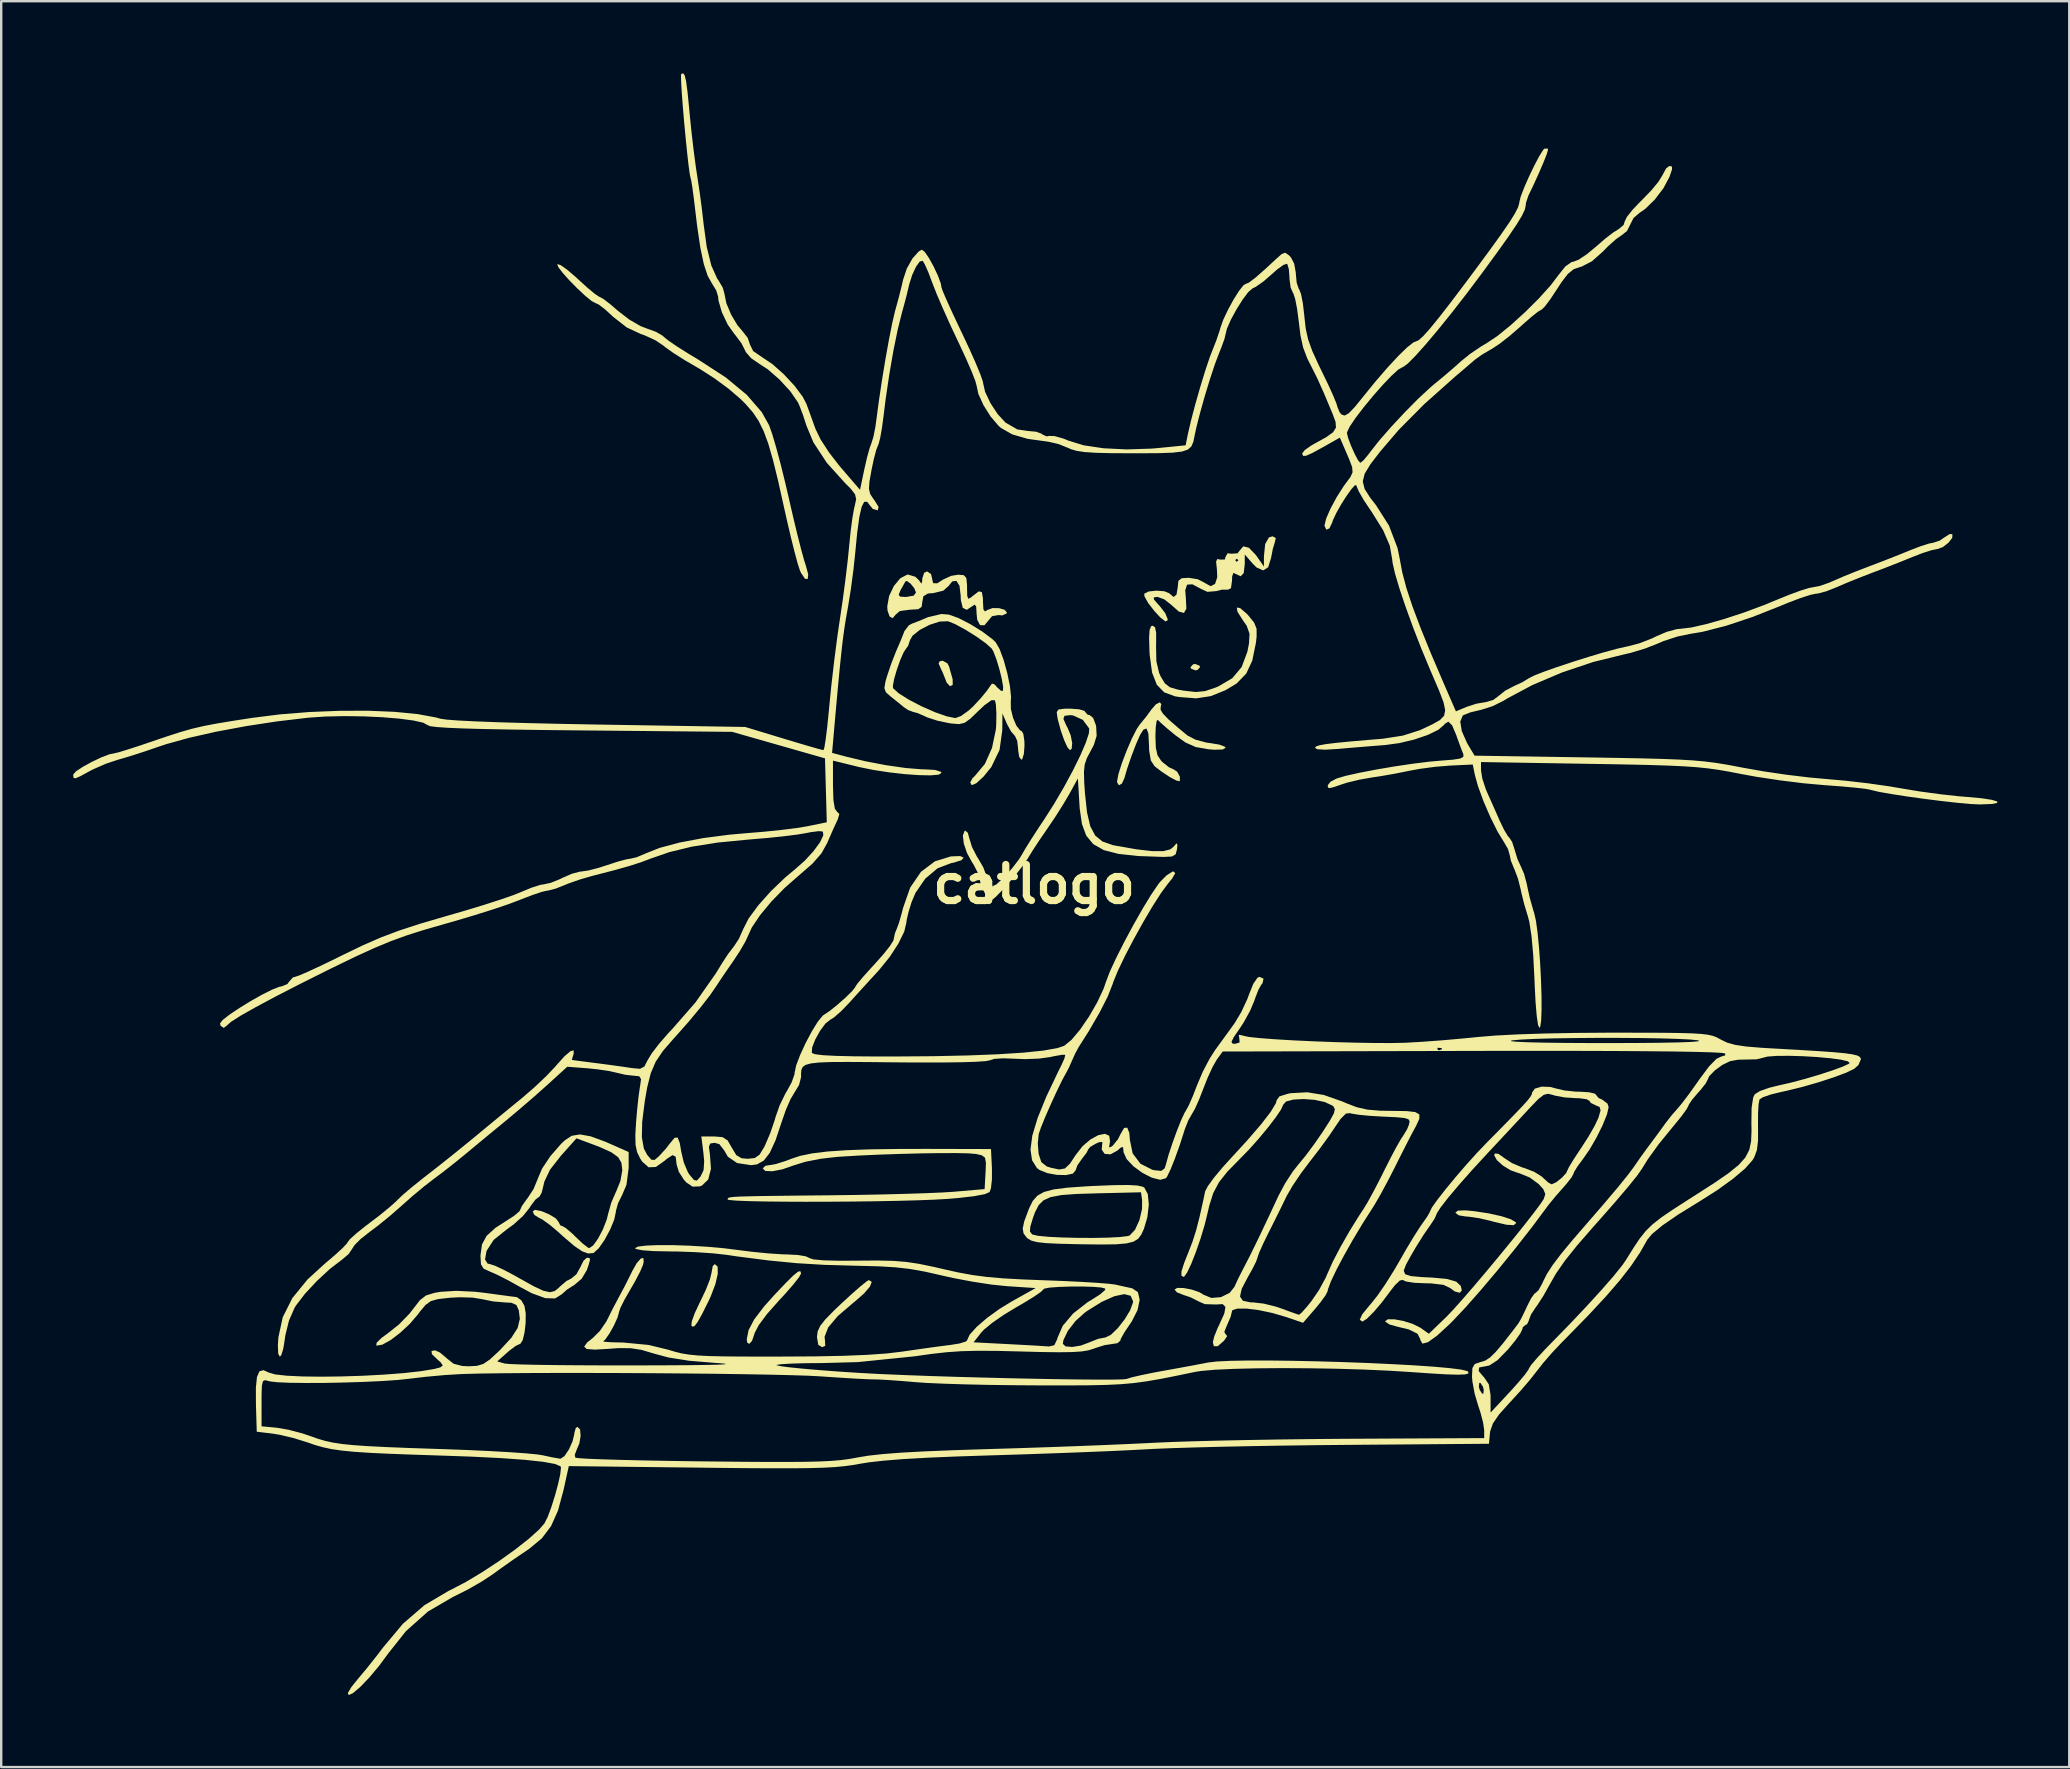
<source format=kicad_pcb>
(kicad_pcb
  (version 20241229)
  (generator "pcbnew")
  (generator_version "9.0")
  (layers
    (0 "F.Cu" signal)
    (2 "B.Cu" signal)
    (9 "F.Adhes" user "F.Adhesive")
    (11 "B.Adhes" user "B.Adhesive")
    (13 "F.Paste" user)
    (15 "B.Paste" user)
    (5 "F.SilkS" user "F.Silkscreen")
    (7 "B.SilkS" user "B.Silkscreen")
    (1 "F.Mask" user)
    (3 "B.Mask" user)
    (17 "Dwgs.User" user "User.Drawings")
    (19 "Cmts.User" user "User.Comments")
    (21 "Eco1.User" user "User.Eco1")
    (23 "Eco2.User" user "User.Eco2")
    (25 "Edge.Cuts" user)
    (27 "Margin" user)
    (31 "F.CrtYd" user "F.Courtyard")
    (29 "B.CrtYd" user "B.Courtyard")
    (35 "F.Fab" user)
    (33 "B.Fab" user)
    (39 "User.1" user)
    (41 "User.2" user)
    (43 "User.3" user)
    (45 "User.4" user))
  (footprint "catlogo"
    (layer "F.Cu")
    (at 40.028 33.786)
    (property "Reference" "catlogo" (at 0 0 0) (layer "F.SilkS") (effects (font (size 1.5 1.5) (thickness 0.3))))
    (attr board_only exclude_from_pos_files exclude_from_bom)
    (fp_poly (pts (xy 6.893 -9.104) (xy 6.915 -9.043) (xy 6.807 -8.925) (xy 6.716 -8.91) (xy 6.539 -8.982) (xy 6.516 -9.043) (xy 6.624 -9.161) (xy 6.716 -9.176)) (stroke (width 0) (type solid)) (fill yes) (layer "F.SilkS"))
    (fp_poly (pts (xy -3.607 -9.199) (xy -3.544 -9.076) (xy -3.453 -8.755) (xy -3.393 -8.544) (xy -3.389 -8.304) (xy -3.503 -8.249) (xy -3.642 -8.401) (xy -3.671 -8.478) (xy -3.799 -8.803) (xy -3.866 -8.941) (xy -3.977 -9.196) (xy -3.925 -9.296) (xy -3.799 -9.309)) (stroke (width 0) (type solid)) (fill yes) (layer "F.SilkS"))
    (fp_poly (pts (xy 18.319 13.617) (xy 18.93 13.71) (xy 19.461 13.827) (xy 19.857 13.955) (xy 20.063 14.077) (xy 20.081 14.117) (xy 19.982 14.203) (xy 19.675 14.184) (xy 19.145 14.059) (xy 19.017 14.023) (xy 18.545 13.913) (xy 18.096 13.848) (xy 17.986 13.841) (xy 17.692 13.793) (xy 17.555 13.69) (xy 17.554 13.679) (xy 17.654 13.597) (xy 17.971 13.586)) (stroke (width 0) (type solid)) (fill yes) (layer "F.SilkS"))
    (fp_poly (pts (xy -13.181 15.935) (xy -13.177 16.231) (xy -13.277 16.663) (xy -13.474 17.179) (xy -13.555 17.354) (xy -13.832 17.907) (xy -14.023 18.249) (xy -14.151 18.412) (xy -14.238 18.427) (xy -14.277 18.382) (xy -14.259 18.208) (xy -14.136 17.87) (xy -13.934 17.436) (xy -13.895 17.36) (xy -13.668 16.882) (xy -13.502 16.454) (xy -13.432 16.164) (xy -13.431 16.148) (xy -13.385 15.903) (xy -13.298 15.825)) (stroke (width 0) (type solid)) (fill yes) (layer "F.SilkS"))
    (fp_poly (pts (xy -9.708 16.211) (xy -9.708 16.22) (xy -9.794 16.375) (xy -10.028 16.671) (xy -10.368 17.062) (xy -10.641 17.357) (xy -11.125 17.904) (xy -11.47 18.367) (xy -11.645 18.705) (xy -11.655 18.746) (xy -11.751 19.025) (xy -11.868 19.15) (xy -11.953 19.087) (xy -11.969 18.959) (xy -11.894 18.576) (xy -11.656 18.124) (xy -11.235 17.574) (xy -10.808 17.099) (xy -10.343 16.609) (xy -10.027 16.297) (xy -9.833 16.141) (xy -9.736 16.119)) (stroke (width 0) (type solid)) (fill yes) (layer "F.SilkS"))
    (fp_poly (pts (xy -6.763 16.563) (xy -6.836 16.758) (xy -7.079 17.044) (xy -7.472 17.389) (xy -7.519 17.425) (xy -8.174 17.985) (xy -8.577 18.462) (xy -8.728 18.855) (xy -8.71 19.017) (xy -8.701 19.232) (xy -8.834 19.283) (xy -8.991 19.185) (xy -9.043 18.872) (xy -9.043 18.851) (xy -9.015 18.626) (xy -8.91 18.399) (xy -8.692 18.123) (xy -8.326 17.75) (xy -8.014 17.454) (xy -7.583 17.058) (xy -7.22 16.741) (xy -6.97 16.541) (xy -6.884 16.49)) (stroke (width 0) (type solid)) (fill yes) (layer "F.SilkS"))
    (fp_poly (pts (xy 8.58 -11.507) (xy 8.854 -11.274) (xy 8.932 -11.19) (xy 9.166 -10.899) (xy 9.269 -10.647) (xy 9.271 -10.315) (xy 9.242 -10.06) (xy 9.091 -9.318) (xy 8.837 -8.773) (xy 8.438 -8.363) (xy 7.973 -8.083) (xy 7.355 -7.835) (xy 6.754 -7.744) (xy 6.058 -7.798) (xy 5.865 -7.83) (xy 5.423 -7.992) (xy 5.112 -8.311) (xy 4.916 -8.818) (xy 4.817 -9.543) (xy 4.807 -9.717) (xy 4.792 -10.266) (xy 4.813 -10.595) (xy 4.874 -10.747) (xy 4.94 -10.772) (xy 5.041 -10.703) (xy 5.086 -10.466) (xy 5.085 -10.016) (xy 5.081 -9.941) (xy 5.094 -9.291) (xy 5.21 -8.8) (xy 5.281 -8.644) (xy 5.45 -8.367) (xy 5.656 -8.206) (xy 5.989 -8.108) (xy 6.253 -8.062) (xy 6.738 -8.008) (xy 7.125 -8.046) (xy 7.56 -8.193) (xy 7.69 -8.248) (xy 8.26 -8.585) (xy 8.648 -9.049) (xy 8.887 -9.69) (xy 8.953 -10.033) (xy 8.975 -10.436) (xy 8.86 -10.763) (xy 8.693 -11.006) (xy 8.473 -11.352) (xy 8.444 -11.526)) (stroke (width 0) (type solid)) (fill yes) (layer "F.SilkS"))
    (fp_poly (pts (xy 4.307 12.551) (xy 4.534 12.603) (xy 4.592 12.637) (xy 4.738 12.91) (xy 4.78 13.347) (xy 4.72 13.868) (xy 4.577 14.352) (xy 4.468 14.592) (xy 4.337 14.768) (xy 4.143 14.889) (xy 3.848 14.963) (xy 3.412 15) (xy 2.796 15.008) (xy 1.96 14.998) (xy 1.796 14.995) (xy 1.034 14.976) (xy 0.493 14.95) (xy 0.127 14.909) (xy -0.109 14.848) (xy -0.262 14.761) (xy -0.305 14.721) (xy -0.438 14.548) (xy -0.451 14.472) (xy -0.171 14.472) (xy -0.084 14.581) (xy -0.064 14.593) (xy 0.164 14.646) (xy 0.594 14.687) (xy 1.164 14.715) (xy 1.811 14.731) (xy 2.472 14.734) (xy 3.084 14.722) (xy 3.585 14.696) (xy 3.911 14.655) (xy 3.984 14.631) (xy 4.207 14.392) (xy 4.39 13.99) (xy 4.497 13.529) (xy 4.501 13.16) (xy 4.455 12.833) (xy 2.593 12.877) (xy 1.75 12.903) (xy 1.131 12.95) (xy 0.693 13.032) (xy 0.394 13.166) (xy 0.191 13.368) (xy 0.043 13.655) (xy -0.043 13.889) (xy -0.158 14.266) (xy -0.171 14.472) (xy -0.451 14.472) (xy -0.474 14.342) (xy -0.408 14.038) (xy -0.234 13.571) (xy -0.195 13.475) (xy -0.05 13.186) (xy 0.14 12.972) (xy 0.417 12.818) (xy 0.823 12.712) (xy 1.398 12.639) (xy 2.185 12.584) (xy 2.498 12.568) (xy 3.322 12.535) (xy 3.914 12.529)) (stroke (width 0) (type solid)) (fill yes) (layer "F.SilkS"))
    (fp_poly (pts (xy 5.301 -7.502) (xy 5.274 -7.388) (xy 5.271 -7.267) (xy 5.368 -7.106) (xy 5.594 -6.872) (xy 5.98 -6.535) (xy 6.392 -6.195) (xy 6.716 -6.026) (xy 7.162 -5.904) (xy 7.342 -5.879) (xy 7.712 -5.818) (xy 7.942 -5.732) (xy 7.979 -5.683) (xy 7.855 -5.613) (xy 7.509 -5.603) (xy 7.249 -5.624) (xy 6.733 -5.716) (xy 6.305 -5.906) (xy 5.886 -6.207) (xy 5.533 -6.499) (xy 5.264 -6.737) (xy 5.155 -6.849) (xy 5.104 -6.801) (xy 5.068 -6.544) (xy 5.055 -6.174) (xy 5.072 -5.686) (xy 5.142 -5.374) (xy 5.289 -5.149) (xy 5.361 -5.077) (xy 5.619 -4.873) (xy 5.811 -4.787) (xy 5.812 -4.787) (xy 5.963 -4.686) (xy 6.074 -4.478) (xy 6.073 -4.301) (xy 6.065 -4.292) (xy 5.926 -4.32) (xy 5.65 -4.468) (xy 5.311 -4.692) (xy 5.02 -4.917) (xy 4.863 -5.157) (xy 4.794 -5.569) (xy 4.787 -5.814) (xy 4.761 -6.281) (xy 4.682 -6.489) (xy 4.551 -6.437) (xy 4.415 -6.217) (xy 4.247 -5.836) (xy 4.052 -5.324) (xy 3.874 -4.804) (xy 3.764 -4.422) (xy 3.659 -4.193) (xy 3.533 -4.123) (xy 3.46 -4.244) (xy 3.458 -4.289) (xy 3.514 -4.589) (xy 3.657 -5.041) (xy 3.854 -5.56) (xy 4.071 -6.063) (xy 4.275 -6.464) (xy 4.397 -6.646) (xy 4.673 -6.983) (xy 4.886 -7.277) (xy 5.076 -7.496) (xy 5.236 -7.577)) (stroke (width 0) (type solid)) (fill yes) (layer "F.SilkS"))
    (fp_poly (pts (xy -1.795 11.032) (xy -1.755 11.845) (xy -1.756 12.304) (xy -1.797 12.666) (xy -1.854 12.824) (xy -2.054 12.911) (xy -2.491 12.994) (xy -3.134 13.069) (xy -3.623 13.11) (xy -4.181 13.141) (xy -4.896 13.168) (xy -5.73 13.19) (xy -6.649 13.207) (xy -7.615 13.219) (xy -8.594 13.226) (xy -9.549 13.228) (xy -10.444 13.224) (xy -11.242 13.215) (xy -11.909 13.2) (xy -12.407 13.18) (xy -12.701 13.154) (xy -12.766 13.132) (xy -12.764 13.096) (xy -12.739 13.067) (xy -12.665 13.044) (xy -12.514 13.026) (xy -12.26 13.011) (xy -11.875 13) (xy -11.333 12.989) (xy -10.607 12.98) (xy -9.67 12.969) (xy -8.495 12.958) (xy -8.445 12.957) (xy -7.381 12.943) (xy -6.337 12.923) (xy -5.361 12.898) (xy -4.502 12.87) (xy -3.81 12.84) (xy -3.333 12.81) (xy -3.325 12.809) (xy -2.061 12.7) (xy -2.021 12.009) (xy -2.006 11.605) (xy -2.045 11.39) (xy -2.178 11.291) (xy -2.42 11.237) (xy -2.716 11.212) (xy -3.228 11.2) (xy -3.906 11.201) (xy -4.701 11.212) (xy -5.562 11.234) (xy -6.44 11.264) (xy -7.285 11.302) (xy -8.047 11.347) (xy -8.245 11.362) (xy -8.898 11.438) (xy -9.517 11.56) (xy -9.987 11.703) (xy -9.998 11.707) (xy -10.491 11.878) (xy -10.911 11.958) (xy -11.201 11.944) (xy -11.304 11.836) (xy -11.192 11.729) (xy -11.029 11.703) (xy -10.748 11.653) (xy -10.344 11.526) (xy -10.131 11.443) (xy -9.743 11.315) (xy -9.244 11.212) (xy -8.607 11.134) (xy -7.805 11.079) (xy -6.813 11.043) (xy -5.603 11.027) (xy -4.455 11.025)) (stroke (width 0) (type solid)) (fill yes) (layer "F.SilkS"))
    (fp_poly (pts (xy -19.716 -25.787) (xy -19.436 -25.588) (xy -19.077 -25.279) (xy -18.98 -25.19) (xy -18.607 -24.85) (xy -18.302 -24.597) (xy -18.119 -24.474) (xy -18.1 -24.469) (xy -17.947 -24.386) (xy -17.663 -24.169) (xy -17.33 -23.883) (xy -16.868 -23.526) (xy -16.395 -23.252) (xy -16.134 -23.151) (xy -15.751 -23.012) (xy -15.468 -22.847) (xy -15.422 -22.802) (xy -15.243 -22.655) (xy -14.888 -22.412) (xy -14.412 -22.11) (xy -13.977 -21.848) (xy -12.842 -21.111) (xy -11.966 -20.386) (xy -11.345 -19.668) (xy -11.039 -19.122) (xy -10.913 -18.767) (xy -10.748 -18.209) (xy -10.56 -17.509) (xy -10.366 -16.724) (xy -10.222 -16.103) (xy -10.04 -15.312) (xy -9.863 -14.577) (xy -9.704 -13.951) (xy -9.577 -13.489) (xy -9.507 -13.271) (xy -9.408 -12.906) (xy -9.432 -12.715) (xy -9.543 -12.725) (xy -9.707 -12.966) (xy -9.754 -13.071) (xy -9.845 -13.35) (xy -9.976 -13.835) (xy -10.135 -14.472) (xy -10.306 -15.205) (xy -10.424 -15.733) (xy -10.665 -16.813) (xy -10.876 -17.671) (xy -11.07 -18.346) (xy -11.265 -18.876) (xy -11.476 -19.301) (xy -11.718 -19.661) (xy -12.008 -19.994) (xy -12.228 -20.214) (xy -12.724 -20.639) (xy -13.34 -21.092) (xy -13.953 -21.483) (xy -14.041 -21.533) (xy -14.558 -21.835) (xy -15.023 -22.13) (xy -15.358 -22.368) (xy -15.431 -22.429) (xy -15.771 -22.658) (xy -16.221 -22.866) (xy -16.384 -22.921) (xy -16.973 -23.198) (xy -17.536 -23.638) (xy -17.553 -23.655) (xy -17.877 -23.952) (xy -18.143 -24.153) (xy -18.263 -24.207) (xy -18.429 -24.294) (xy -18.701 -24.515) (xy -19.026 -24.819) (xy -19.356 -25.154) (xy -19.638 -25.469) (xy -19.824 -25.714) (xy -19.863 -25.835) (xy -19.861 -25.837)) (stroke (width 0) (type solid)) (fill yes) (layer "F.SilkS"))
    (fp_poly (pts (xy -4.293 -12.922) (xy -4.255 -12.766) (xy -4.206 -12.543) (xy -4.038 -12.535) (xy -3.782 -12.696) (xy -3.449 -12.848) (xy -3.158 -12.895) (xy -2.927 -12.875) (xy -2.822 -12.758) (xy -2.793 -12.471) (xy -2.793 -12.347) (xy -2.784 -12.007) (xy -2.738 -11.89) (xy -2.622 -11.951) (xy -2.549 -12.014) (xy -2.304 -12.2) (xy -2.176 -12.172) (xy -2.13 -11.909) (xy -2.128 -11.753) (xy -2.111 -11.449) (xy -2.044 -11.365) (xy -1.941 -11.426) (xy -1.729 -11.504) (xy -1.458 -11.5) (xy -1.227 -11.433) (xy -1.132 -11.32) (xy -1.146 -11.278) (xy -1.324 -11.199) (xy -1.48 -11.214) (xy -1.751 -11.166) (xy -1.868 -11.026) (xy -2.07 -10.787) (xy -2.252 -10.794) (xy -2.371 -11.025) (xy -2.394 -11.264) (xy -2.412 -11.571) (xy -2.477 -11.65) (xy -2.553 -11.596) (xy -2.805 -11.431) (xy -2.972 -11.515) (xy -3.052 -11.847) (xy -3.059 -12.035) (xy -3.108 -12.437) (xy -3.235 -12.638) (xy -3.409 -12.616) (xy -3.561 -12.426) (xy -3.783 -12.228) (xy -4.2 -12.128) (xy -4.422 -12.112) (xy -4.612 -11.996) (xy -4.654 -11.769) (xy -4.685 -11.553) (xy -4.825 -11.458) (xy -5.152 -11.437) (xy -5.172 -11.437) (xy -5.592 -11.381) (xy -5.77 -11.229) (xy -5.891 -11.083) (xy -6.018 -11.153) (xy -6.104 -11.394) (xy -6.117 -11.57) (xy -6.04 -12.005) (xy -6.016 -12.056) (xy -5.64 -12.056) (xy -5.58 -11.981) (xy -5.381 -11.969) (xy -5.32 -11.969) (xy -5.013 -12.023) (xy -4.92 -12.152) (xy -4.99 -12.331) (xy -5.142 -12.52) (xy -5.295 -12.632) (xy -5.356 -12.619) (xy -5.564 -12.25) (xy -5.64 -12.056) (xy -6.016 -12.056) (xy -5.841 -12.424) (xy -5.573 -12.747) (xy -5.286 -12.897) (xy -5.246 -12.899) (xy -4.945 -12.808) (xy -4.798 -12.667) (xy -4.696 -12.522) (xy -4.662 -12.617) (xy -4.658 -12.733) (xy -4.579 -12.975) (xy -4.455 -13.032)) (stroke (width 0) (type solid)) (fill yes) (layer "F.SilkS"))
    (fp_poly (pts (xy 10.069 -14.423) (xy 10.034 -14.263) (xy 9.945 -13.968) (xy 9.871 -13.587) (xy 9.752 -13.205) (xy 9.546 -13.073) (xy 9.269 -13.195) (xy 9.097 -13.367) (xy 8.777 -13.739) (xy 8.777 -13.341) (xy 8.734 -12.961) (xy 8.605 -12.83) (xy 8.423 -12.917) (xy 8.301 -12.97) (xy 8.251 -12.821) (xy 8.245 -12.639) (xy 8.202 -12.331) (xy 8.079 -12.271) (xy 7.834 -12.273) (xy 7.595 -12.212) (xy 7.219 -12.181) (xy 6.968 -12.298) (xy 6.593 -12.495) (xy 6.375 -12.481) (xy 6.297 -12.245) (xy 6.324 -11.902) (xy 6.344 -11.483) (xy 6.245 -11.302) (xy 6.03 -11.359) (xy 5.718 -11.636) (xy 5.428 -11.866) (xy 5.151 -11.968) (xy 5.138 -11.969) (xy 4.986 -11.95) (xy 4.994 -11.862) (xy 5.176 -11.65) (xy 5.24 -11.583) (xy 5.465 -11.291) (xy 5.566 -11.043) (xy 5.564 -10.996) (xy 5.472 -10.949) (xy 5.256 -11.116) (xy 5.012 -11.381) (xy 4.752 -11.717) (xy 4.602 -11.984) (xy 4.587 -12.101) (xy 4.774 -12.196) (xy 5.094 -12.231) (xy 5.423 -12.206) (xy 5.637 -12.12) (xy 5.652 -12.102) (xy 5.81 -11.967) (xy 5.934 -12.066) (xy 5.984 -12.368) (xy 6.011 -12.638) (xy 6.146 -12.747) (xy 6.44 -12.766) (xy 6.817 -12.706) (xy 7.101 -12.561) (xy 7.109 -12.554) (xy 7.353 -12.418) (xy 7.538 -12.509) (xy 7.631 -12.789) (xy 7.616 -13.129) (xy 7.582 -13.439) (xy 7.609 -13.498) (xy 8.378 -13.498) (xy 8.445 -13.431) (xy 8.511 -13.498) (xy 8.445 -13.564) (xy 8.378 -13.498) (xy 7.609 -13.498) (xy 7.632 -13.548) (xy 7.759 -13.524) (xy 7.945 -13.528) (xy 7.979 -13.644) (xy 8.062 -13.787) (xy 8.229 -13.769) (xy 8.477 -13.786) (xy 8.558 -13.893) (xy 8.718 -14.077) (xy 8.95 -14.017) (xy 9.237 -13.718) (xy 9.276 -13.664) (xy 9.575 -13.236) (xy 9.575 -13.655) (xy 9.627 -14.173) (xy 9.783 -14.447) (xy 9.936 -14.495)) (stroke (width 0) (type solid)) (fill yes) (layer "F.SilkS"))
    (fp_poly (pts (xy 1.876 -7.288) (xy 2.097 -7.223) (xy 2.128 -7.181) (xy 2.234 -7.061) (xy 2.312 -7.048) (xy 2.461 -6.929) (xy 2.576 -6.623) (xy 2.586 -6.574) (xy 2.607 -6.183) (xy 2.487 -5.797) (xy 2.353 -5.544) (xy 2.199 -5.256) (xy 2.111 -4.995) (xy 2.078 -4.683) (xy 2.089 -4.242) (xy 2.12 -3.787) (xy 2.206 -2.991) (xy 2.34 -2.418) (xy 2.547 -2.028) (xy 2.851 -1.779) (xy 3.276 -1.631) (xy 3.384 -1.608) (xy 4.265 -1.455) (xy 4.921 -1.379) (xy 5.381 -1.378) (xy 5.675 -1.453) (xy 5.799 -1.552) (xy 5.938 -1.707) (xy 5.971 -1.638) (xy 5.955 -1.463) (xy 5.899 -1.248) (xy 5.741 -1.155) (xy 5.403 -1.138) (xy 5.386 -1.138) (xy 4.334 -1.175) (xy 3.517 -1.264) (xy 2.904 -1.422) (xy 2.466 -1.67) (xy 2.173 -2.025) (xy 1.995 -2.507) (xy 1.903 -3.134) (xy 1.888 -3.353) (xy 1.826 -4.41) (xy 1.474 -3.768) (xy 1.212 -3.324) (xy 0.869 -2.784) (xy 0.527 -2.279) (xy 0.21 -1.817) (xy -0.069 -1.39) (xy -0.255 -1.086) (xy -0.266 -1.067) (xy -0.434 -0.817) (xy -0.701 -0.474) (xy -1.018 -0.097) (xy -1.333 0.256) (xy -1.597 0.528) (xy -1.758 0.66) (xy -1.775 0.665) (xy -1.895 0.569) (xy -2.054 0.369) (xy -2.213 0.048) (xy -2.261 -0.189) (xy -2.334 -0.459) (xy -2.517 -0.814) (xy -2.588 -0.924) (xy -2.796 -1.303) (xy -2.928 -1.696) (xy -2.967 -2.026) (xy -2.897 -2.216) (xy -2.866 -2.231) (xy -2.761 -2.145) (xy -2.693 -1.899) (xy -2.586 -1.551) (xy -2.38 -1.149) (xy -2.32 -1.057) (xy -2.115 -0.701) (xy -2.001 -0.393) (xy -1.993 -0.325) (xy -1.948 0.013) (xy -1.812 0.123) (xy -1.568 0.005) (xy -1.239 -0.301) (xy -0.905 -0.677) (xy -0.627 -1.04) (xy -0.515 -1.222) (xy -0.362 -1.486) (xy -0.103 -1.901) (xy 0.22 -2.399) (xy 0.411 -2.684) (xy 0.836 -3.35) (xy 1.245 -4.048) (xy 1.616 -4.735) (xy 1.928 -5.368) (xy 2.158 -5.903) (xy 2.286 -6.296) (xy 2.296 -6.488) (xy 2.031 -6.848) (xy 1.62 -7.033) (xy 1.496 -7.044) (xy 1.269 -7.017) (xy 1.221 -6.891) (xy 1.341 -6.616) (xy 1.396 -6.516) (xy 1.528 -6.198) (xy 1.588 -5.878) (xy 1.567 -5.646) (xy 1.495 -5.585) (xy 1.392 -5.702) (xy 1.254 -6.001) (xy 1.112 -6.406) (xy 0.995 -6.842) (xy 0.972 -6.948) (xy 0.944 -7.171) (xy 1.017 -7.278) (xy 1.253 -7.312) (xy 1.514 -7.314)) (stroke (width 0) (type solid)) (fill yes) (layer "F.SilkS"))
    (fp_poly (pts (xy -3.551 -11.233) (xy -3.158 -11.092) (xy -2.66 -10.837) (xy -2.154 -10.524) (xy -1.738 -10.212) (xy -1.603 -10.084) (xy -1.437 -9.799) (xy -1.267 -9.34) (xy -1.116 -8.794) (xy -1.005 -8.251) (xy -0.959 -7.801) (xy -0.971 -7.615) (xy -0.966 -7.301) (xy -0.876 -6.932) (xy -0.735 -6.602) (xy -0.578 -6.404) (xy -0.517 -6.383) (xy -0.447 -6.264) (xy -0.404 -5.964) (xy -0.399 -5.785) (xy -0.425 -5.428) (xy -0.492 -5.214) (xy -0.532 -5.186) (xy -0.62 -5.303) (xy -0.664 -5.59) (xy -0.665 -5.644) (xy -0.704 -5.978) (xy -0.799 -6.183) (xy -0.811 -6.192) (xy -0.961 -6.368) (xy -1.128 -6.674) (xy -1.138 -6.698) (xy -1.319 -7.115) (xy -1.325 -6.41) (xy -1.438 -5.596) (xy -1.78 -4.885) (xy -2.101 -4.488) (xy -2.407 -4.207) (xy -2.599 -4.127) (xy -2.66 -4.239) (xy -2.569 -4.411) (xy -2.453 -4.528) (xy -2.05 -5.012) (xy -1.753 -5.676) (xy -1.592 -6.443) (xy -1.577 -6.649) (xy -1.57 -7.119) (xy -1.591 -7.488) (xy -1.631 -7.664) (xy -1.774 -7.667) (xy -2.059 -7.464) (xy -2.323 -7.217) (xy -2.658 -6.893) (xy -2.897 -6.723) (xy -3.13 -6.67) (xy -3.447 -6.697) (xy -3.553 -6.713) (xy -4.02 -6.811) (xy -4.436 -6.945) (xy -4.546 -6.995) (xy -4.847 -7.128) (xy -5.045 -7.181) (xy -5.25 -7.258) (xy -5.418 -7.373) (xy -5.699 -7.601) (xy -5.977 -7.822) (xy -6.172 -7.996) (xy -6.237 -8.169) (xy -6.222 -8.258) (xy -5.884 -8.258) (xy -5.874 -8.166) (xy -5.63 -7.947) (xy -5.209 -7.684) (xy -4.687 -7.413) (xy -4.141 -7.172) (xy -3.647 -6.996) (xy -3.281 -6.922) (xy -3.276 -6.922) (xy -3.045 -7.008) (xy -2.728 -7.235) (xy -2.533 -7.414) (xy -2.217 -7.754) (xy -1.964 -8.061) (xy -1.884 -8.179) (xy -1.752 -8.361) (xy -1.636 -8.318) (xy -1.55 -8.214) (xy -1.381 -8.06) (xy -1.298 -8.055) (xy -1.288 -8.218) (xy -1.344 -8.547) (xy -1.445 -8.958) (xy -1.568 -9.366) (xy -1.692 -9.689) (xy -1.764 -9.816) (xy -2.012 -10.039) (xy -2.406 -10.32) (xy -2.859 -10.603) (xy -3.281 -10.833) (xy -3.585 -10.955) (xy -3.591 -10.956) (xy -3.935 -10.942) (xy -4.353 -10.807) (xy -4.758 -10.597) (xy -5.06 -10.356) (xy -5.167 -10.172) (xy -5.252 -9.923) (xy -5.315 -9.841) (xy -5.431 -9.669) (xy -5.575 -9.339) (xy -5.718 -8.935) (xy -5.831 -8.546) (xy -5.884 -8.258) (xy -6.222 -8.258) (xy -6.191 -8.442) (xy -6.128 -8.66) (xy -5.957 -9.17) (xy -5.756 -9.687) (xy -5.718 -9.774) (xy -5.551 -10.162) (xy -5.426 -10.478) (xy -5.403 -10.542) (xy -5.218 -10.785) (xy -5.09 -10.855) (xy -4.808 -10.962) (xy -4.442 -11.116) (xy -4.415 -11.128) (xy -3.859 -11.257)) (stroke (width 0) (type solid)) (fill yes) (layer "F.SilkS"))
    (fp_poly (pts (xy -18.476 10.501) (xy -17.878 10.721) (xy -17.654 10.817) (xy -16.889 11.156) (xy -16.889 11.825) (xy -16.981 12.524) (xy -17.154 12.93) (xy -17.331 13.289) (xy -17.418 13.602) (xy -17.42 13.638) (xy -17.488 13.966) (xy -17.66 14.385) (xy -17.89 14.812) (xy -18.134 15.163) (xy -18.344 15.355) (xy -18.367 15.365) (xy -18.578 15.383) (xy -18.828 15.291) (xy -19.16 15.064) (xy -19.615 14.675) (xy -19.801 14.506) (xy -20.159 14.201) (xy -20.475 13.973) (xy -20.632 13.891) (xy -20.818 13.775) (xy -20.887 13.635) (xy -20.793 13.564) (xy -20.788 13.564) (xy -20.515 13.62) (xy -20.195 13.755) (xy -19.928 13.917) (xy -19.815 14.055) (xy -19.815 14.057) (xy -19.732 14.216) (xy -19.679 14.229) (xy -19.514 14.318) (xy -19.247 14.543) (xy -19.092 14.695) (xy -18.808 14.966) (xy -18.591 15.133) (xy -18.529 15.159) (xy -18.364 15.043) (xy -18.158 14.753) (xy -17.956 14.366) (xy -17.8 13.959) (xy -17.748 13.746) (xy -17.615 13.269) (xy -17.418 12.814) (xy -17.406 12.792) (xy -17.233 12.364) (xy -17.155 11.923) (xy -17.155 11.898) (xy -17.191 11.601) (xy -17.329 11.369) (xy -17.613 11.165) (xy -18.088 10.95) (xy -18.408 10.828) (xy -19.062 10.585) (xy -19.707 11.306) (xy -20.162 11.887) (xy -20.399 12.381) (xy -20.433 12.529) (xy -20.513 12.851) (xy -20.61 13.023) (xy -20.634 13.032) (xy -20.772 13.137) (xy -20.966 13.396) (xy -21.024 13.489) (xy -21.291 13.82) (xy -21.687 14.177) (xy -21.962 14.375) (xy -22.512 14.815) (xy -22.809 15.274) (xy -22.873 15.634) (xy -22.766 15.802) (xy -22.668 15.825) (xy -22.466 15.889) (xy -22.101 16.058) (xy -21.637 16.303) (xy -21.424 16.424) (xy -20.851 16.744) (xy -20.45 16.932) (xy -20.173 16.996) (xy -19.968 16.947) (xy -19.784 16.795) (xy -19.751 16.759) (xy -19.48 16.528) (xy -19.276 16.422) (xy -19.066 16.25) (xy -18.902 15.953) (xy -18.766 15.678) (xy -18.629 15.559) (xy -18.625 15.559) (xy -18.519 15.571) (xy -18.499 15.654) (xy -18.564 15.879) (xy -18.632 16.075) (xy -18.845 16.432) (xy -19.141 16.685) (xy -19.463 16.89) (xy -19.674 17.08) (xy -19.957 17.256) (xy -20.369 17.242) (xy -20.928 17.036) (xy -21.422 16.772) (xy -21.906 16.502) (xy -22.353 16.274) (xy -22.671 16.134) (xy -22.685 16.129) (xy -22.934 16.014) (xy -23.042 15.834) (xy -23.062 15.493) (xy -23.061 15.447) (xy -23 15.006) (xy -22.806 14.647) (xy -22.436 14.312) (xy -21.989 14.025) (xy -21.658 13.81) (xy -21.448 13.633) (xy -21.41 13.569) (xy -21.332 13.398) (xy -21.14 13.128) (xy -21.098 13.076) (xy -20.853 12.701) (xy -20.692 12.313) (xy -20.689 12.301) (xy -20.496 11.847) (xy -20.147 11.323) (xy -19.702 10.814) (xy -19.55 10.669) (xy -19.261 10.479) (xy -18.92 10.422)) (stroke (width 0) (type solid)) (fill yes) (layer "F.SilkS"))
    (fp_poly (pts (xy 21.508 8.445) (xy 21.724 8.504) (xy 22.083 8.589) (xy 22.555 8.639) (xy 22.749 8.644) (xy 23.125 8.667) (xy 23.363 8.724) (xy 23.405 8.768) (xy 23.515 8.903) (xy 23.671 8.976) (xy 23.887 9.138) (xy 23.936 9.285) (xy 23.866 9.589) (xy 23.686 10.035) (xy 23.433 10.546) (xy 23.146 11.043) (xy 22.872 11.438) (xy 22.638 11.755) (xy 22.495 11.991) (xy 22.474 12.054) (xy 22.39 12.212) (xy 22.179 12.482) (xy 22.042 12.638) (xy 21.724 13) (xy 21.444 13.342) (xy 21.373 13.436) (xy 20.752 14.271) (xy 20.055 15.162) (xy 19.329 16.057) (xy 18.616 16.901) (xy 17.96 17.644) (xy 17.405 18.231) (xy 17.317 18.319) (xy 16.788 18.805) (xy 16.411 19.077) (xy 16.18 19.138) (xy 16.092 18.99) (xy 16.091 18.955) (xy 15.973 18.726) (xy 15.611 18.546) (xy 15.127 18.43) (xy 14.807 18.34) (xy 14.637 18.228) (xy 14.628 18.201) (xy 14.739 18.123) (xy 15.019 18.126) (xy 15.389 18.195) (xy 15.769 18.314) (xy 16.081 18.468) (xy 16.102 18.482) (xy 16.445 18.726) (xy 17.166 18.032) (xy 17.45 17.736) (xy 17.851 17.287) (xy 18.336 16.727) (xy 18.87 16.096) (xy 19.42 15.434) (xy 19.954 14.781) (xy 20.437 14.179) (xy 20.836 13.667) (xy 21.118 13.287) (xy 21.229 13.116) (xy 21.299 12.907) (xy 21.212 12.701) (xy 21.016 12.485) (xy 20.64 12.213) (xy 20.213 12.039) (xy 20.178 12.032) (xy 19.849 11.915) (xy 19.527 11.717) (xy 19.279 11.493) (xy 19.169 11.296) (xy 19.194 11.215) (xy 19.342 11.231) (xy 19.574 11.395) (xy 19.582 11.402) (xy 19.909 11.617) (xy 20.335 11.797) (xy 20.425 11.823) (xy 20.833 11.979) (xy 21.159 12.184) (xy 21.21 12.234) (xy 21.427 12.432) (xy 21.563 12.501) (xy 21.747 12.417) (xy 21.985 12.23) (xy 22.168 12.03) (xy 22.208 11.94) (xy 22.279 11.789) (xy 22.465 11.481) (xy 22.729 11.078) (xy 22.786 10.994) (xy 23.092 10.52) (xy 23.351 10.068) (xy 23.51 9.732) (xy 23.515 9.716) (xy 23.6 9.419) (xy 23.559 9.278) (xy 23.403 9.214) (xy 23.189 9.108) (xy 23.139 9.027) (xy 23.02 8.957) (xy 22.72 8.915) (xy 22.549 8.91) (xy 22.096 8.88) (xy 21.696 8.805) (xy 21.615 8.779) (xy 21.415 8.728) (xy 21.234 8.772) (xy 21.009 8.947) (xy 20.68 9.287) (xy 20.642 9.328) (xy 20.292 9.705) (xy 19.826 10.206) (xy 19.308 10.761) (xy 18.878 11.221) (xy 18.249 11.904) (xy 17.701 12.524) (xy 17.256 13.051) (xy 16.94 13.457) (xy 16.775 13.714) (xy 16.756 13.774) (xy 16.683 13.934) (xy 16.502 14.209) (xy 16.448 14.283) (xy 16.214 14.625) (xy 15.925 15.086) (xy 15.706 15.46) (xy 15.493 15.846) (xy 15.399 16.098) (xy 15.457 16.246) (xy 15.696 16.324) (xy 16.149 16.365) (xy 16.598 16.387) (xy 17.205 16.443) (xy 17.585 16.554) (xy 17.777 16.734) (xy 17.818 16.922) (xy 17.733 17.019) (xy 17.531 16.967) (xy 17.335 16.823) (xy 17.054 16.689) (xy 16.54 16.628) (xy 16.289 16.623) (xy 15.837 16.603) (xy 15.498 16.55) (xy 15.357 16.485) (xy 15.241 16.505) (xy 15.035 16.702) (xy 14.866 16.917) (xy 14.495 17.411) (xy 14.145 17.822) (xy 13.859 18.107) (xy 13.678 18.219) (xy 13.673 18.219) (xy 13.568 18.143) (xy 13.672 17.914) (xy 13.987 17.528) (xy 14.039 17.471) (xy 14.313 17.125) (xy 14.656 16.626) (xy 15.012 16.056) (xy 15.184 15.759) (xy 15.505 15.201) (xy 15.815 14.685) (xy 16.07 14.286) (xy 16.173 14.138) (xy 16.374 13.852) (xy 16.484 13.661) (xy 16.49 13.636) (xy 16.574 13.465) (xy 16.803 13.142) (xy 17.141 12.71) (xy 17.552 12.211) (xy 18.001 11.69) (xy 18.453 11.189) (xy 18.851 10.772) (xy 19.494 10.121) (xy 19.974 9.631) (xy 20.313 9.277) (xy 20.536 9.032) (xy 20.666 8.87) (xy 20.728 8.765) (xy 20.745 8.689) (xy 20.746 8.679) (xy 20.86 8.515) (xy 21.143 8.431)) (stroke (width 0) (type solid)) (fill yes) (layer "F.SilkS"))
    (fp_poly (pts (xy 12.066 8.778) (xy 12.844 9.051) (xy 13 9.119) (xy 13.446 9.29) (xy 13.887 9.39) (xy 14.422 9.434) (xy 14.911 9.442) (xy 15.513 9.45) (xy 15.882 9.491) (xy 16.05 9.59) (xy 16.05 9.773) (xy 15.915 10.066) (xy 15.852 10.18) (xy 15.694 10.477) (xy 15.458 10.935) (xy 15.183 11.48) (xy 15.036 11.776) (xy 14.738 12.357) (xy 14.439 12.912) (xy 14.184 13.353) (xy 14.093 13.498) (xy 13.682 14.141) (xy 13.278 14.815) (xy 12.907 15.473) (xy 12.593 16.066) (xy 12.364 16.549) (xy 12.243 16.874) (xy 12.231 16.947) (xy 12.147 17.118) (xy 11.935 17.412) (xy 11.716 17.679) (xy 11.205 18.27) (xy 10.49 18.026) (xy 9.922 17.86) (xy 9.36 17.742) (xy 8.858 17.679) (xy 8.475 17.677) (xy 8.267 17.74) (xy 8.245 17.788) (xy 8.187 18.024) (xy 8.048 18.348) (xy 8.042 18.358) (xy 7.926 18.644) (xy 7.975 18.749) (xy 7.996 18.751) (xy 8.041 18.829) (xy 7.913 19.017) (xy 7.651 19.244) (xy 7.49 19.245) (xy 7.447 19.078) (xy 7.505 18.838) (xy 7.649 18.483) (xy 7.713 18.352) (xy 7.924 17.886) (xy 7.973 17.608) (xy 7.856 17.491) (xy 7.582 17.507) (xy 7.114 17.492) (xy 6.883 17.392) (xy 6.512 17.206) (xy 6.217 17.107) (xy 5.953 17.002) (xy 5.851 16.887) (xy 5.961 16.816) (xy 6.23 16.821) (xy 6.567 16.885) (xy 6.883 16.993) (xy 7.054 17.097) (xy 7.385 17.234) (xy 7.785 17.201) (xy 7.84 17.174) (xy 8.579 17.174) (xy 8.698 17.351) (xy 9.013 17.418) (xy 9.138 17.421) (xy 9.567 17.471) (xy 10.077 17.597) (xy 10.306 17.675) (xy 10.69 17.817) (xy 10.96 17.913) (xy 11.038 17.935) (xy 11.149 17.844) (xy 11.366 17.6) (xy 11.556 17.365) (xy 11.871 16.903) (xy 12.146 16.398) (xy 12.234 16.193) (xy 12.447 15.718) (xy 12.767 15.106) (xy 13.15 14.436) (xy 13.551 13.79) (xy 13.732 13.518) (xy 13.902 13.236) (xy 14.147 12.787) (xy 14.428 12.245) (xy 14.589 11.922) (xy 14.859 11.387) (xy 15.103 10.929) (xy 15.287 10.609) (xy 15.358 10.506) (xy 15.538 10.211) (xy 15.616 10.017) (xy 15.645 9.878) (xy 15.596 9.789) (xy 15.423 9.737) (xy 15.078 9.705) (xy 14.534 9.68) (xy 13.983 9.648) (xy 13.52 9.603) (xy 13.221 9.554) (xy 13.165 9.536) (xy 12.993 9.553) (xy 12.773 9.772) (xy 12.569 10.069) (xy 12.285 10.49) (xy 11.907 11.009) (xy 11.515 11.518) (xy 11.483 11.558) (xy 11.111 12.054) (xy 10.768 12.563) (xy 10.524 12.985) (xy 10.505 13.024) (xy 10.293 13.462) (xy 10.02 14.013) (xy 9.763 14.525) (xy 9.544 14.973) (xy 9.383 15.333) (xy 9.31 15.537) (xy 9.309 15.55) (xy 9.246 15.727) (xy 9.082 16.052) (xy 8.903 16.369) (xy 8.649 16.856) (xy 8.579 17.174) (xy 7.84 17.174) (xy 8.146 17.024) (xy 8.344 16.776) (xy 8.51 16.417) (xy 8.719 16.005) (xy 8.744 15.958) (xy 8.994 15.474) (xy 9.338 14.771) (xy 9.763 13.876) (xy 10.182 12.978) (xy 10.457 12.462) (xy 10.782 11.963) (xy 10.997 11.691) (xy 11.297 11.328) (xy 11.662 10.839) (xy 12.017 10.326) (xy 12.045 10.284) (xy 12.335 9.83) (xy 12.491 9.541) (xy 12.529 9.366) (xy 12.469 9.255) (xy 12.425 9.22) (xy 12.109 9.073) (xy 11.686 8.982) (xy 11.227 8.948) (xy 10.807 8.97) (xy 10.498 9.051) (xy 10.373 9.191) (xy 10.373 9.197) (xy 10.289 9.385) (xy 10.064 9.717) (xy 9.739 10.139) (xy 9.356 10.601) (xy 8.955 11.051) (xy 8.579 11.437) (xy 8.057 11.968) (xy 7.701 12.418) (xy 7.464 12.865) (xy 7.299 13.387) (xy 7.236 13.662) (xy 7.107 14.188) (xy 6.935 14.759) (xy 6.742 15.318) (xy 6.55 15.807) (xy 6.38 16.169) (xy 6.253 16.348) (xy 6.229 16.357) (xy 6.137 16.306) (xy 6.141 16.128) (xy 6.249 15.785) (xy 6.433 15.322) (xy 6.601 14.887) (xy 6.747 14.43) (xy 6.889 13.881) (xy 7.048 13.17) (xy 7.126 12.794) (xy 7.241 12.573) (xy 7.5 12.218) (xy 7.862 11.785) (xy 8.153 11.464) (xy 8.891 10.659) (xy 9.463 9.994) (xy 9.859 9.48) (xy 10.071 9.126) (xy 10.107 8.995) (xy 10.225 8.835) (xy 10.59 8.723) (xy 10.704 8.704) (xy 11.381 8.667)) (stroke (width 0) (type solid)) (fill yes) (layer "F.SilkS"))
    (fp_poly (pts (xy -14.554 -33.694) (xy -14.495 -33.442) (xy -14.436 -32.995) (xy -14.369 -32.322) (xy -14.355 -32.169) (xy -14.279 -31.409) (xy -14.186 -30.602) (xy -14.089 -29.87) (xy -14.036 -29.523) (xy -13.936 -28.86) (xy -13.843 -28.166) (xy -13.775 -27.58) (xy -13.77 -27.528) (xy -13.636 -26.546) (xy -13.445 -25.773) (xy -13.202 -25.233) (xy -13.143 -25.149) (xy -12.965 -24.844) (xy -12.899 -24.6) (xy -12.821 -24.209) (xy -12.622 -23.733) (xy -12.358 -23.289) (xy -12.153 -23.047) (xy -11.929 -22.76) (xy -11.836 -22.484) (xy -11.836 -22.483) (xy -11.704 -22.212) (xy -11.334 -21.958) (xy -10.901 -21.669) (xy -10.427 -21.247) (xy -9.981 -20.768) (xy -9.636 -20.305) (xy -9.485 -20.014) (xy -9.35 -19.646) (xy -9.181 -19.175) (xy -9.106 -18.967) (xy -8.893 -18.529) (xy -8.545 -17.992) (xy -8.118 -17.44) (xy -8.063 -17.375) (xy -7.251 -16.431) (xy -7.07 -17.292) (xy -6.96 -17.771) (xy -6.851 -18.167) (xy -6.776 -18.373) (xy -6.695 -18.628) (xy -6.614 -19.035) (xy -6.576 -19.304) (xy -6.469 -20.107) (xy -6.339 -20.977) (xy -6.196 -21.851) (xy -6.05 -22.665) (xy -5.913 -23.356) (xy -5.797 -23.86) (xy -5.775 -23.937) (xy -5.633 -24.455) (xy -5.507 -24.961) (xy -5.457 -25.182) (xy -5.303 -25.645) (xy -5.067 -26.068) (xy -4.804 -26.362) (xy -4.677 -26.434) (xy -4.559 -26.348) (xy -4.381 -26.09) (xy -4.184 -25.733) (xy -4.006 -25.353) (xy -3.885 -25.024) (xy -3.857 -24.863) (xy -3.802 -24.703) (xy -3.65 -24.349) (xy -3.422 -23.847) (xy -3.139 -23.242) (xy -2.992 -22.935) (xy -2.688 -22.287) (xy -2.431 -21.71) (xy -2.241 -21.252) (xy -2.139 -20.962) (xy -2.128 -20.9) (xy -2.042 -20.517) (xy -1.82 -20.046) (xy -1.516 -19.584) (xy -1.191 -19.232) (xy -0.697 -18.947) (xy -0.264 -18.884) (xy 0.089 -18.85) (xy 0.315 -18.767) (xy 0.338 -18.742) (xy 0.519 -18.657) (xy 0.624 -18.676) (xy 0.854 -18.669) (xy 1.218 -18.567) (xy 1.442 -18.477) (xy 2.073 -18.284) (xy 2.899 -18.161) (xy 3.859 -18.114) (xy 4.89 -18.147) (xy 5.251 -18.179) (xy 6.313 -18.285) (xy 6.407 -18.751) (xy 6.537 -19.313) (xy 6.717 -19.996) (xy 6.923 -20.718) (xy 7.131 -21.397) (xy 7.318 -21.953) (xy 7.417 -22.209) (xy 7.592 -22.654) (xy 7.731 -23.065) (xy 7.764 -23.184) (xy 7.881 -23.515) (xy 8.075 -23.926) (xy 8.305 -24.348) (xy 8.533 -24.711) (xy 8.719 -24.948) (xy 8.802 -25.001) (xy 8.95 -25.064) (xy 9.218 -25.266) (xy 9.628 -25.625) (xy 10.067 -26.032) (xy 10.313 -26.253) (xy 10.459 -26.309) (xy 10.603 -26.213) (xy 10.696 -26.122) (xy 10.836 -25.853) (xy 10.904 -25.469) (xy 10.905 -25.417) (xy 10.94 -25.054) (xy 11.026 -24.805) (xy 11.044 -24.782) (xy 11.121 -24.589) (xy 11.196 -24.208) (xy 11.254 -23.718) (xy 11.259 -23.659) (xy 11.316 -23.147) (xy 11.417 -22.694) (xy 11.59 -22.213) (xy 11.861 -21.62) (xy 11.984 -21.369) (xy 12.249 -20.822) (xy 12.461 -20.354) (xy 12.597 -20.021) (xy 12.634 -19.889) (xy 12.727 -19.66) (xy 12.818 -19.561) (xy 12.941 -19.525) (xy 13.109 -19.62) (xy 13.358 -19.878) (xy 13.709 -20.31) (xy 14.221 -20.941) (xy 14.719 -21.518) (xy 15.171 -22.005) (xy 15.544 -22.368) (xy 15.807 -22.574) (xy 15.895 -22.607) (xy 16.016 -22.66) (xy 16.208 -22.831) (xy 16.484 -23.138) (xy 16.861 -23.599) (xy 17.353 -24.232) (xy 17.975 -25.055) (xy 18.352 -25.561) (xy 18.974 -26.403) (xy 19.448 -27.062) (xy 19.793 -27.562) (xy 20.023 -27.929) (xy 20.157 -28.189) (xy 20.211 -28.367) (xy 20.214 -28.41) (xy 20.27 -28.638) (xy 20.415 -29.018) (xy 20.616 -29.476) (xy 20.839 -29.939) (xy 21.048 -30.335) (xy 21.21 -30.591) (xy 21.26 -30.642) (xy 21.395 -30.649) (xy 21.41 -30.597) (xy 21.357 -30.415) (xy 21.217 -30.06) (xy 21.018 -29.598) (xy 20.79 -29.097) (xy 20.595 -28.693) (xy 20.495 -28.398) (xy 20.48 -28.27) (xy 20.444 -28.103) (xy 20.325 -27.852) (xy 20.107 -27.492) (xy 19.775 -26.999) (xy 19.312 -26.348) (xy 18.703 -25.515) (xy 18.636 -25.424) (xy 18.013 -24.595) (xy 17.404 -23.812) (xy 16.832 -23.103) (xy 16.32 -22.495) (xy 15.891 -22.015) (xy 15.569 -21.69) (xy 15.375 -21.548) (xy 15.354 -21.543) (xy 15.177 -21.444) (xy 14.886 -21.178) (xy 14.52 -20.795) (xy 14.122 -20.343) (xy 13.734 -19.872) (xy 13.395 -19.429) (xy 13.149 -19.065) (xy 13.036 -18.827) (xy 13.032 -18.801) (xy 13.082 -18.591) (xy 13.202 -18.271) (xy 13.354 -17.932) (xy 13.496 -17.662) (xy 13.589 -17.554) (xy 13.716 -17.652) (xy 13.921 -17.897) (xy 13.987 -17.986) (xy 14.366 -18.469) (xy 14.878 -19.055) (xy 15.455 -19.673) (xy 16.029 -20.252) (xy 16.534 -20.718) (xy 16.69 -20.849) (xy 17.127 -21.21) (xy 17.553 -21.577) (xy 17.784 -21.786) (xy 18.168 -22.096) (xy 18.641 -22.415) (xy 18.848 -22.536) (xy 19.302 -22.839) (xy 19.858 -23.291) (xy 20.454 -23.832) (xy 21.028 -24.403) (xy 21.517 -24.945) (xy 21.841 -25.372) (xy 22.131 -25.736) (xy 22.394 -25.92) (xy 22.463 -25.932) (xy 22.686 -26.018) (xy 23.024 -26.243) (xy 23.406 -26.558) (xy 23.412 -26.564) (xy 23.795 -26.896) (xy 24.134 -27.157) (xy 24.353 -27.291) (xy 24.559 -27.465) (xy 24.602 -27.604) (xy 24.694 -27.797) (xy 24.936 -28.102) (xy 25.278 -28.46) (xy 25.327 -28.506) (xy 25.704 -28.894) (xy 26.011 -29.266) (xy 26.183 -29.545) (xy 26.188 -29.556) (xy 26.327 -29.817) (xy 26.461 -29.921) (xy 26.571 -29.9) (xy 26.578 -29.787) (xy 26.484 -29.51) (xy 26.465 -29.459) (xy 26.218 -28.995) (xy 25.855 -28.519) (xy 25.459 -28.132) (xy 25.243 -27.985) (xy 24.972 -27.755) (xy 24.844 -27.499) (xy 24.699 -27.212) (xy 24.5 -27.052) (xy 24.241 -26.871) (xy 23.902 -26.568) (xy 23.691 -26.352) (xy 23.24 -25.952) (xy 22.811 -25.73) (xy 22.744 -25.713) (xy 22.478 -25.621) (xy 22.238 -25.426) (xy 21.969 -25.077) (xy 21.777 -24.781) (xy 21.509 -24.375) (xy 21.285 -24.076) (xy 21.148 -23.94) (xy 21.137 -23.937) (xy 20.994 -23.853) (xy 20.712 -23.629) (xy 20.348 -23.31) (xy 20.254 -23.225) (xy 19.82 -22.847) (xy 19.395 -22.516) (xy 19.067 -22.299) (xy 19.043 -22.287) (xy 18.669 -22.069) (xy 18.36 -21.848) (xy 18.346 -21.836) (xy 18.095 -21.619) (xy 17.742 -21.317) (xy 17.539 -21.145) (xy 16.258 -20.004) (xy 15.196 -18.934) (xy 14.422 -18.03) (xy 14.012 -17.496) (xy 13.771 -17.1) (xy 13.692 -16.778) (xy 13.771 -16.466) (xy 14.003 -16.101) (xy 14.246 -15.789) (xy 14.785 -14.94) (xy 15.14 -14.009) (xy 15.232 -13.559) (xy 15.338 -12.991) (xy 15.509 -12.346) (xy 15.757 -11.591) (xy 16.094 -10.694) (xy 16.529 -9.623) (xy 17.043 -8.422) (xy 17.573 -7.203) (xy 18.025 -7.391) (xy 18.421 -7.521) (xy 18.772 -7.58) (xy 18.792 -7.58) (xy 19.126 -7.676) (xy 19.338 -7.834) (xy 19.627 -8.064) (xy 19.991 -8.255) (xy 20.345 -8.419) (xy 20.61 -8.581) (xy 20.613 -8.583) (xy 20.825 -8.691) (xy 21.236 -8.852) (xy 21.789 -9.048) (xy 22.427 -9.26) (xy 23.093 -9.47) (xy 23.729 -9.659) (xy 24.278 -9.809) (xy 24.683 -9.901) (xy 24.724 -9.908) (xy 25.214 -10.036) (xy 25.741 -10.24) (xy 25.907 -10.322) (xy 26.346 -10.512) (xy 26.767 -10.626) (xy 26.916 -10.64) (xy 27.366 -10.693) (xy 27.999 -10.836) (xy 28.756 -11.051) (xy 29.577 -11.321) (xy 30.402 -11.627) (xy 30.869 -11.819) (xy 31.431 -12.049) (xy 31.926 -12.231) (xy 32.289 -12.343) (xy 32.428 -12.368) (xy 32.716 -12.422) (xy 33.113 -12.559) (xy 33.276 -12.629) (xy 33.699 -12.813) (xy 34.249 -13.036) (xy 34.775 -13.238) (xy 35.38 -13.468) (xy 36.018 -13.719) (xy 36.48 -13.907) (xy 36.921 -14.077) (xy 37.286 -14.194) (xy 37.467 -14.229) (xy 37.728 -14.314) (xy 37.924 -14.45) (xy 38.139 -14.587) (xy 38.255 -14.584) (xy 38.251 -14.433) (xy 38.093 -14.228) (xy 37.86 -14.046) (xy 37.63 -13.963) (xy 37.623 -13.963) (xy 37.379 -13.914) (xy 36.986 -13.786) (xy 36.613 -13.641) (xy 36.067 -13.42) (xy 35.424 -13.168) (xy 34.908 -12.972) (xy 34.351 -12.757) (xy 33.804 -12.535) (xy 33.409 -12.364) (xy 33.004 -12.204) (xy 32.656 -12.111) (xy 32.561 -12.102) (xy 32.322 -12.051) (xy 31.909 -11.915) (xy 31.39 -11.718) (xy 31.068 -11.584) (xy 29.921 -11.131) (xy 28.839 -10.771) (xy 27.88 -10.523) (xy 27.314 -10.426) (xy 26.794 -10.317) (xy 26.226 -10.131) (xy 25.998 -10.034) (xy 25.467 -9.824) (xy 24.856 -9.639) (xy 24.549 -9.568) (xy 23.286 -9.257) (xy 21.993 -8.822) (xy 20.763 -8.3) (xy 19.691 -7.728) (xy 19.549 -7.639) (xy 19.095 -7.415) (xy 18.603 -7.26) (xy 18.551 -7.25) (xy 18.17 -7.158) (xy 17.893 -7.047) (xy 17.854 -7.021) (xy 17.754 -6.775) (xy 17.818 -6.379) (xy 18.037 -5.883) (xy 18.103 -5.77) (xy 18.351 -5.356) (xy 23.039 -5.284) (xy 24.303 -5.263) (xy 25.339 -5.243) (xy 26.182 -5.22) (xy 26.871 -5.193) (xy 27.442 -5.159) (xy 27.933 -5.115) (xy 28.379 -5.059) (xy 28.82 -4.989) (xy 29.291 -4.901) (xy 29.523 -4.856) (xy 30.385 -4.703) (xy 31.35 -4.561) (xy 32.291 -4.448) (xy 32.98 -4.385) (xy 33.811 -4.312) (xy 34.728 -4.206) (xy 35.601 -4.083) (xy 36.105 -3.997) (xy 36.881 -3.868) (xy 37.736 -3.751) (xy 38.534 -3.664) (xy 38.865 -3.637) (xy 39.475 -3.582) (xy 39.899 -3.516) (xy 40.12 -3.448) (xy 40.124 -3.387) (xy 39.896 -3.343) (xy 39.42 -3.325) (xy 39.379 -3.325) (xy 38.995 -3.343) (xy 38.439 -3.395) (xy 37.772 -3.47) (xy 37.053 -3.561) (xy 36.344 -3.66) (xy 35.705 -3.759) (xy 35.196 -3.849) (xy 34.879 -3.923) (xy 34.842 -3.936) (xy 34.639 -3.974) (xy 34.228 -4.021) (xy 33.666 -4.073) (xy 33.009 -4.122) (xy 32.914 -4.129) (xy 32.046 -4.207) (xy 31.058 -4.33) (xy 30.087 -4.477) (xy 29.456 -4.592) (xy 28.968 -4.687) (xy 28.522 -4.764) (xy 28.081 -4.826) (xy 27.607 -4.875) (xy 27.062 -4.913) (xy 26.409 -4.943) (xy 25.611 -4.968) (xy 24.629 -4.99) (xy 23.425 -5.011) (xy 23.173 -5.015) (xy 18.618 -5.09) (xy 18.618 -4.743) (xy 18.672 -4.407) (xy 18.81 -3.98) (xy 18.874 -3.827) (xy 19.093 -3.336) (xy 19.331 -2.797) (xy 19.401 -2.637) (xy 19.581 -2.265) (xy 19.739 -2.003) (xy 19.8 -1.937) (xy 19.914 -1.763) (xy 20.017 -1.449) (xy 20.021 -1.43) (xy 20.141 -1.038) (xy 20.283 -0.733) (xy 20.415 -0.426) (xy 20.525 -0.014) (xy 20.54 0.066) (xy 20.644 0.542) (xy 20.791 1.067) (xy 20.833 1.197) (xy 20.907 1.523) (xy 20.975 2.016) (xy 21.034 2.627) (xy 21.083 3.305) (xy 21.118 3.999) (xy 21.139 4.66) (xy 21.141 5.237) (xy 21.124 5.68) (xy 21.085 5.939) (xy 21.05 5.984) (xy 20.994 5.856) (xy 20.94 5.492) (xy 20.892 4.922) (xy 20.853 4.176) (xy 20.845 3.956) (xy 20.794 2.954) (xy 20.721 2.145) (xy 20.629 1.556) (xy 20.569 1.33) (xy 20.418 0.832) (xy 20.294 0.33) (xy 20.271 0.212) (xy 20.16 -0.228) (xy 20.014 -0.616) (xy 19.996 -0.653) (xy 19.863 -0.979) (xy 19.815 -1.212) (xy 19.74 -1.472) (xy 19.582 -1.744) (xy 19.311 -2.187) (xy 19.011 -2.789) (xy 18.724 -3.454) (xy 18.492 -4.086) (xy 18.366 -4.541) (xy 18.274 -4.987) (xy 17.349 -4.944) (xy 16.718 -4.893) (xy 16.05 -4.804) (xy 15.626 -4.725) (xy 15.034 -4.606) (xy 14.406 -4.497) (xy 14.099 -4.452) (xy 13.569 -4.359) (xy 13.053 -4.235) (xy 12.852 -4.172) (xy 12.485 -4.046) (xy 12.303 -4.002) (xy 12.241 -4.037) (xy 12.235 -4.126) (xy 12.345 -4.266) (xy 12.6 -4.403) (xy 12.975 -4.514) (xy 13.547 -4.642) (xy 14.25 -4.777) (xy 15.017 -4.908) (xy 15.78 -5.021) (xy 16.473 -5.107) (xy 16.931 -5.148) (xy 17.452 -5.189) (xy 17.754 -5.237) (xy 17.883 -5.306) (xy 17.885 -5.411) (xy 17.876 -5.434) (xy 17.775 -5.692) (xy 17.635 -6.075) (xy 17.586 -6.217) (xy 17.414 -6.621) (xy 17.26 -6.772) (xy 17.111 -6.683) (xy 17.084 -6.642) (xy 16.84 -6.433) (xy 16.401 -6.22) (xy 15.837 -6.028) (xy 15.215 -5.879) (xy 14.628 -5.799) (xy 13.95 -5.746) (xy 13.203 -5.684) (xy 12.667 -5.637) (xy 12.121 -5.605) (xy 11.793 -5.625) (xy 11.703 -5.683) (xy 11.744 -5.737) (xy 11.886 -5.788) (xy 12.161 -5.838) (xy 12.598 -5.891) (xy 13.228 -5.952) (xy 14.079 -6.025) (xy 14.529 -6.062) (xy 15.362 -6.191) (xy 16.08 -6.42) (xy 16.158 -6.456) (xy 16.599 -6.665) (xy 16.904 -6.837) (xy 17.078 -7.015) (xy 17.127 -7.247) (xy 17.058 -7.578) (xy 16.877 -8.053) (xy 16.592 -8.719) (xy 16.505 -8.92) (xy 16.136 -9.806) (xy 15.79 -10.697) (xy 15.481 -11.547) (xy 15.224 -12.31) (xy 15.037 -12.942) (xy 14.933 -13.397) (xy 14.918 -13.539) (xy 14.819 -14.104) (xy 14.541 -14.747) (xy 14.067 -15.507) (xy 14.027 -15.564) (xy 13.741 -15.993) (xy 13.53 -16.359) (xy 13.431 -16.593) (xy 13.428 -16.616) (xy 13.368 -16.625) (xy 13.218 -16.458) (xy 13.014 -16.172) (xy 12.793 -15.824) (xy 12.593 -15.471) (xy 12.452 -15.171) (xy 12.415 -15.06) (xy 12.302 -14.824) (xy 12.175 -14.77) (xy 12.103 -14.921) (xy 12.102 -14.966) (xy 12.171 -15.243) (xy 12.354 -15.657) (xy 12.607 -16.127) (xy 12.891 -16.573) (xy 12.985 -16.702) (xy 13.181 -16.967) (xy 13.268 -17.162) (xy 13.25 -17.378) (xy 13.127 -17.702) (xy 13.019 -17.955) (xy 12.739 -18.605) (xy 12.044 -18.212) (xy 11.598 -17.968) (xy 11.334 -17.85) (xy 11.206 -17.844) (xy 11.171 -17.937) (xy 11.171 -17.95) (xy 11.278 -18.088) (xy 11.546 -18.276) (xy 11.669 -18.346) (xy 12.165 -18.62) (xy 12.457 -18.829) (xy 12.577 -19.025) (xy 12.559 -19.263) (xy 12.443 -19.579) (xy 12.082 -20.44) (xy 11.805 -21.06) (xy 11.663 -21.344) (xy 11.382 -21.902) (xy 11.206 -22.366) (xy 11.098 -22.859) (xy 11.026 -23.442) (xy 10.959 -23.959) (xy 10.878 -24.378) (xy 10.797 -24.623) (xy 10.779 -24.648) (xy 10.686 -24.865) (xy 10.64 -25.218) (xy 10.639 -25.286) (xy 10.613 -25.626) (xy 10.55 -25.832) (xy 10.534 -25.848) (xy 10.388 -25.8) (xy 10.123 -25.608) (xy 9.899 -25.409) (xy 9.551 -25.108) (xy 9.236 -24.887) (xy 9.1 -24.82) (xy 8.924 -24.67) (xy 8.685 -24.351) (xy 8.427 -23.939) (xy 8.194 -23.51) (xy 8.031 -23.136) (xy 7.979 -22.918) (xy 7.93 -22.713) (xy 7.803 -22.363) (xy 7.707 -22.127) (xy 7.536 -21.674) (xy 7.33 -21.051) (xy 7.114 -20.344) (xy 6.916 -19.64) (xy 6.76 -19.028) (xy 6.687 -18.684) (xy 6.634 -18.427) (xy 6.553 -18.239) (xy 6.409 -18.108) (xy 6.162 -18.025) (xy 5.776 -17.979) (xy 5.212 -17.958) (xy 4.434 -17.953) (xy 4.1 -17.953) (xy 3.227 -17.957) (xy 2.576 -17.973) (xy 2.105 -18.004) (xy 1.771 -18.054) (xy 1.529 -18.126) (xy 1.423 -18.175) (xy 1.008 -18.341) (xy 0.602 -18.433) (xy 0.598 -18.434) (xy -0.265 -18.554) (xy -0.909 -18.74) (xy -1.374 -19.005) (xy -1.479 -19.096) (xy -1.813 -19.488) (xy -2.111 -19.963) (xy -2.321 -20.428) (xy -2.394 -20.767) (xy -2.449 -20.97) (xy -2.601 -21.36) (xy -2.829 -21.884) (xy -3.109 -22.49) (xy -3.179 -22.637) (xy -3.501 -23.322) (xy -3.806 -24.002) (xy -4.062 -24.599) (xy -4.234 -25.039) (xy -4.242 -25.06) (xy -4.406 -25.494) (xy -4.554 -25.827) (xy -4.641 -25.971) (xy -4.761 -25.944) (xy -4.918 -25.725) (xy -5.079 -25.378) (xy -5.208 -24.967) (xy -5.23 -24.868) (xy -5.305 -24.553) (xy -5.423 -24.104) (xy -5.507 -23.804) (xy -5.681 -23.104) (xy -5.862 -22.217) (xy -6.034 -21.22) (xy -6.186 -20.191) (xy -6.264 -19.559) (xy -6.334 -19.028) (xy -6.41 -18.596) (xy -6.478 -18.332) (xy -6.497 -18.294) (xy -6.574 -18.098) (xy -6.674 -17.722) (xy -6.772 -17.26) (xy -6.857 -16.778) (xy -6.879 -16.474) (xy -6.829 -16.262) (xy -6.701 -16.062) (xy -6.653 -15.999) (xy -6.477 -15.718) (xy -6.511 -15.584) (xy -6.525 -15.578) (xy -6.715 -15.632) (xy -6.807 -15.741) (xy -6.953 -15.932) (xy -7.077 -15.931) (xy -7.184 -15.721) (xy -7.281 -15.289) (xy -7.371 -14.62) (xy -7.448 -13.83) (xy -7.526 -13.096) (xy -7.633 -12.292) (xy -7.748 -11.57) (xy -7.771 -11.442) (xy -7.841 -11.052) (xy -7.904 -10.651) (xy -7.965 -10.203) (xy -8.027 -9.668) (xy -8.095 -9.008) (xy -8.174 -8.183) (xy -8.267 -7.155) (xy -8.331 -6.427) (xy -8.415 -5.473) (xy -7.848 -5.32) (xy -7.025 -5.123) (xy -6.166 -4.959) (xy -5.359 -4.843) (xy -4.696 -4.789) (xy -4.576 -4.787) (xy -4.123 -4.761) (xy -3.885 -4.685) (xy -3.857 -4.635) (xy -3.979 -4.564) (xy -4.311 -4.536) (xy -4.801 -4.545) (xy -5.396 -4.588) (xy -6.044 -4.662) (xy -6.693 -4.761) (xy -7.291 -4.883) (xy -7.347 -4.897) (xy -8.378 -5.15) (xy -8.378 -4.115) (xy -8.359 -3.508) (xy -8.3 -3.149) (xy -8.212 -3.025) (xy -8.113 -2.928) (xy -8.175 -2.708) (xy -8.203 -2.648) (xy -8.351 -2.331) (xy -8.539 -1.903) (xy -8.62 -1.714) (xy -8.859 -1.285) (xy -9.231 -0.859) (xy -9.788 -0.374) (xy -9.795 -0.369) (xy -10.388 0.151) (xy -10.945 0.723) (xy -11.417 1.292) (xy -11.759 1.802) (xy -11.904 2.122) (xy -12.03 2.394) (xy -12.263 2.794) (xy -12.551 3.231) (xy -12.844 3.653) (xy -13.087 4.012) (xy -13.231 4.232) (xy -13.232 4.234) (xy -13.497 4.62) (xy -13.899 5.137) (xy -14.387 5.724) (xy -14.913 6.32) (xy -15.042 6.461) (xy -15.467 6.952) (xy -15.763 7.393) (xy -15.967 7.869) (xy -16.117 8.462) (xy -16.218 9.043) (xy -16.326 9.903) (xy -16.339 10.548) (xy -16.256 11.011) (xy -16.118 11.275) (xy -15.939 11.479) (xy -15.803 11.483) (xy -15.622 11.326) (xy -15.338 11.015) (xy -15.164 10.79) (xy -14.977 10.563) (xy -14.85 10.553) (xy -14.761 10.776) (xy -14.699 11.138) (xy -14.591 11.596) (xy -14.422 11.996) (xy -14.353 12.102) (xy -14.166 12.322) (xy -14.046 12.344) (xy -13.9 12.182) (xy -13.89 12.168) (xy -13.767 11.909) (xy -13.743 11.532) (xy -13.774 11.204) (xy -13.861 10.506) (xy -13.338 10.506) (xy -12.979 10.535) (xy -12.767 10.671) (xy -12.594 10.971) (xy -12.406 11.285) (xy -12.182 11.416) (xy -11.928 11.437) (xy -11.637 11.406) (xy -11.439 11.269) (xy -11.25 10.962) (xy -11.205 10.871) (xy -10.989 10.365) (xy -10.804 9.822) (xy -10.773 9.708) (xy -10.597 9.204) (xy -10.355 8.709) (xy -10.296 8.614) (xy -10.096 8.246) (xy -9.983 7.923) (xy -9.974 7.845) (xy -9.911 7.547) (xy -9.746 7.113) (xy -9.517 6.617) (xy -9.259 6.13) (xy -9.01 5.726) (xy -8.806 5.477) (xy -8.76 5.443) (xy -8.513 5.278) (xy -8.193 5.021) (xy -7.866 4.733) (xy -7.598 4.472) (xy -7.456 4.298) (xy -7.447 4.272) (xy -7.362 4.143) (xy -7.135 3.872) (xy -6.807 3.506) (xy -6.649 3.336) (xy -6.29 2.932) (xy -6.014 2.587) (xy -5.866 2.353) (xy -5.851 2.304) (xy -5.794 2.036) (xy -5.734 1.893) (xy -5.636 1.632) (xy -5.519 1.227) (xy -5.461 0.997) (xy -5.161 0.14) (xy -4.714 -0.515) (xy -4.132 -0.954) (xy -3.463 -1.16) (xy -3.078 -1.174) (xy -2.932 -1.107) (xy -3.025 -1.001) (xy -3.359 -0.897) (xy -3.454 -0.88) (xy -4.02 -0.664) (xy -4.533 -0.233) (xy -4.941 0.361) (xy -5.103 0.743) (xy -5.23 1.156) (xy -5.308 1.49) (xy -5.319 1.595) (xy -5.409 1.975) (xy -5.654 2.474) (xy -6.015 3.029) (xy -6.456 3.573) (xy -6.503 3.625) (xy -6.939 4.099) (xy -7.402 4.608) (xy -7.709 4.949) (xy -8.039 5.29) (xy -8.33 5.545) (xy -8.492 5.646) (xy -8.689 5.801) (xy -8.912 6.101) (xy -9.113 6.462) (xy -9.245 6.796) (xy -9.26 7.017) (xy -9.254 7.029) (xy -9.125 7.081) (xy -8.8 7.122) (xy -8.264 7.15) (xy -7.5 7.168) (xy -6.494 7.176) (xy -5.877 7.176) (xy -4.214 7.164) (xy -2.743 7.132) (xy -1.476 7.082) (xy -0.427 7.014) (xy 0.392 6.929) (xy 0.969 6.827) (xy 1.255 6.731) (xy 1.559 6.483) (xy 1.918 6.055) (xy 2.289 5.513) (xy 2.629 4.923) (xy 2.895 4.353) (xy 2.997 4.06) (xy 3.154 3.646) (xy 3.42 3.071) (xy 3.76 2.398) (xy 4.14 1.691) (xy 4.527 1.011) (xy 4.885 0.423) (xy 5.181 -0.011) (xy 5.252 -0.1) (xy 5.521 -0.37) (xy 5.758 -0.521) (xy 5.813 -0.532) (xy 5.88 -0.461) (xy 5.754 -0.241) (xy 5.585 -0.033) (xy 5.3 0.35) (xy 4.942 0.907) (xy 4.548 1.575) (xy 4.151 2.29) (xy 3.787 2.987) (xy 3.491 3.605) (xy 3.298 4.078) (xy 3.273 4.158) (xy 3.071 4.672) (xy 2.727 5.348) (xy 2.267 6.14) (xy 1.859 6.782) (xy 1.709 7.06) (xy 1.596 7.314) (xy 1.448 7.646) (xy 1.342 7.846) (xy 1.17 8.163) (xy 0.945 8.626) (xy 0.7 9.158) (xy 0.47 9.683) (xy 0.29 10.124) (xy 0.193 10.405) (xy 0.193 10.407) (xy 0.155 10.801) (xy 0.19 11.234) (xy 0.19 11.236) (xy 0.302 11.577) (xy 0.527 11.754) (xy 0.704 11.812) (xy 1.05 11.883) (xy 1.287 11.84) (xy 1.495 11.641) (xy 1.729 11.286) (xy 2.018 10.914) (xy 2.35 10.631) (xy 2.677 10.453) (xy 2.953 10.397) (xy 3.131 10.479) (xy 3.165 10.716) (xy 3.151 10.781) (xy 3.124 10.966) (xy 3.226 10.93) (xy 3.282 10.885) (xy 3.493 10.625) (xy 3.601 10.411) (xy 3.75 10.152) (xy 3.882 10.141) (xy 3.969 10.363) (xy 3.99 10.645) (xy 4.106 11.211) (xy 4.431 11.643) (xy 4.929 11.895) (xy 5.003 11.912) (xy 5.299 11.942) (xy 5.439 11.838) (xy 5.489 11.682) (xy 5.6 11.283) (xy 5.763 10.787) (xy 5.949 10.274) (xy 6.129 9.823) (xy 6.274 9.513) (xy 6.318 9.442) (xy 6.441 9.219) (xy 6.612 8.83) (xy 6.787 8.378) (xy 7.024 7.818) (xy 7.317 7.26) (xy 7.537 6.915) (xy 7.601 6.827) (xy 16.8 6.827) (xy 16.819 6.906) (xy 16.889 6.915) (xy 16.998 6.867) (xy 16.978 6.827) (xy 16.82 6.811) (xy 16.8 6.827) (xy 7.601 6.827) (xy 7.874 6.451) (xy 8.224 5.968) (xy 8.356 5.785) (xy 8.63 5.328) (xy 8.882 4.787) (xy 8.968 4.555) (xy 9.134 4.146) (xy 9.301 3.901) (xy 9.386 3.857) (xy 9.559 3.932) (xy 9.517 4.123) (xy 9.458 4.196) (xy 9.347 4.395) (xy 9.213 4.738) (xy 9.175 4.854) (xy 8.998 5.274) (xy 8.73 5.76) (xy 8.561 6.018) (xy 8.319 6.371) (xy 8.225 6.561) (xy 8.264 6.637) (xy 8.374 6.649) (xy 8.562 6.591) (xy 8.55 6.427) (xy 8.527 6.274) (xy 8.679 6.297) (xy 8.721 6.314) (xy 8.953 6.362) (xy 9.406 6.41) (xy 10.034 6.458) (xy 10.79 6.503) (xy 11.63 6.543) (xy 12.508 6.576) (xy 13.378 6.6) (xy 14.194 6.614) (xy 14.91 6.616) (xy 15.482 6.603) (xy 15.493 6.602) (xy 16.192 6.562) (xy 16.503 6.538) (xy 19.869 6.538) (xy 20.104 6.562) (xy 20.565 6.583) (xy 21.232 6.599) (xy 22.087 6.61) (xy 23.108 6.616) (xy 23.804 6.617) (xy 25.026 6.614) (xy 26.032 6.605) (xy 26.812 6.59) (xy 27.358 6.57) (xy 27.66 6.545) (xy 27.708 6.515) (xy 27.661 6.503) (xy 27.335 6.469) (xy 26.792 6.442) (xy 26.08 6.421) (xy 25.245 6.407) (xy 24.336 6.401) (xy 23.398 6.401) (xy 22.479 6.408) (xy 21.626 6.421) (xy 20.886 6.442) (xy 20.307 6.469) (xy 19.934 6.502) (xy 19.881 6.511) (xy 19.869 6.538) (xy 16.503 6.538) (xy 17.034 6.499) (xy 17.9 6.422) (xy 18.485 6.364) (xy 19.204 6.304) (xy 20.149 6.255) (xy 21.279 6.218) (xy 22.553 6.194) (xy 23.93 6.184) (xy 24.137 6.184) (xy 25.275 6.185) (xy 26.179 6.188) (xy 26.88 6.197) (xy 27.409 6.212) (xy 27.799 6.236) (xy 28.08 6.271) (xy 28.284 6.318) (xy 28.443 6.38) (xy 28.588 6.459) (xy 28.597 6.465) (xy 28.867 6.597) (xy 29.203 6.691) (xy 29.664 6.76) (xy 30.306 6.813) (xy 30.659 6.834) (xy 31.764 6.896) (xy 32.632 6.949) (xy 33.291 6.995) (xy 33.769 7.04) (xy 34.095 7.086) (xy 34.296 7.136) (xy 34.402 7.195) (xy 34.44 7.265) (xy 34.443 7.298) (xy 34.34 7.532) (xy 34.163 7.691) (xy 33.829 7.851) (xy 33.308 8.046) (xy 32.672 8.252) (xy 31.996 8.446) (xy 31.351 8.605) (xy 31.148 8.648) (xy 30.701 8.756) (xy 30.364 8.872) (xy 30.222 8.961) (xy 30.182 9.158) (xy 30.159 9.542) (xy 30.158 10.036) (xy 30.159 10.106) (xy 30.159 10.684) (xy 30.111 11.08) (xy 30 11.376) (xy 29.928 11.497) (xy 29.62 11.844) (xy 29.116 12.27) (xy 28.463 12.742) (xy 27.703 13.225) (xy 27.661 13.25) (xy 26.822 13.768) (xy 26.177 14.212) (xy 25.744 14.57) (xy 25.549 14.805) (xy 25.239 15.35) (xy 24.863 15.907) (xy 24.397 16.507) (xy 23.813 17.182) (xy 23.086 17.963) (xy 22.189 18.881) (xy 21.999 19.072) (xy 21.589 19.505) (xy 21.198 19.956) (xy 20.944 20.28) (xy 20.662 20.64) (xy 20.271 21.096) (xy 19.849 21.557) (xy 19.799 21.61) (xy 19.368 22.091) (xy 19.114 22.464) (xy 19.002 22.784) (xy 18.992 22.858) (xy 18.95 23.309) (xy 12.966 23.356) (xy 11.63 23.369) (xy 10.294 23.387) (xy 8.998 23.409) (xy 7.784 23.434) (xy 6.692 23.462) (xy 5.765 23.491) (xy 5.044 23.52) (xy 4.787 23.534) (xy 4.084 23.571) (xy 3.17 23.614) (xy 2.104 23.658) (xy 0.94 23.702) (xy -0.264 23.744) (xy -1.452 23.782) (xy -1.729 23.79) (xy -3.205 23.838) (xy -4.438 23.89) (xy -5.449 23.947) (xy -6.259 24.012) (xy -6.892 24.084) (xy -7.248 24.142) (xy -7.578 24.199) (xy -7.924 24.245) (xy -8.315 24.281) (xy -8.781 24.306) (xy -9.352 24.323) (xy -10.056 24.331) (xy -10.924 24.331) (xy -11.986 24.325) (xy -13.271 24.312) (xy -13.914 24.304) (xy -19.383 24.24) (xy -19.603 25.241) (xy -19.832 26.09) (xy -20.12 26.737) (xy -20.504 27.246) (xy -21.024 27.68) (xy -21.139 27.758) (xy -21.665 28.114) (xy -22.226 28.509) (xy -22.541 28.739) (xy -23.002 29.044) (xy -23.587 29.38) (xy -24.176 29.676) (xy -24.212 29.692) (xy -25.248 30.296) (xy -26.168 31.116) (xy -26.904 32.044) (xy -27.29 32.566) (xy -27.693 33.046) (xy -28.069 33.438) (xy -28.375 33.697) (xy -28.554 33.778) (xy -28.586 33.69) (xy -28.439 33.443) (xy -28.172 33.111) (xy -27.772 32.632) (xy -27.359 32.111) (xy -27.129 31.806) (xy -26.296 30.811) (xy -25.399 30.035) (xy -24.382 29.433) (xy -24.29 29.389) (xy -23.674 29.068) (xy -22.99 28.658) (xy -22.289 28.196) (xy -21.624 27.72) (xy -21.047 27.266) (xy -20.61 26.872) (xy -20.395 26.622) (xy -20.262 26.356) (xy -20.11 25.947) (xy -19.959 25.467) (xy -19.828 24.986) (xy -19.738 24.577) (xy -19.709 24.309) (xy -19.725 24.249) (xy -19.959 24.15) (xy -20.454 24.06) (xy -21.202 23.979) (xy -22.199 23.907) (xy -23.438 23.845) (xy -24.602 23.804) (xy -25.847 23.763) (xy -26.859 23.726) (xy -27.673 23.687) (xy -28.322 23.644) (xy -28.84 23.593) (xy -29.261 23.532) (xy -29.618 23.456) (xy -29.946 23.363) (xy -30.277 23.249) (xy -30.278 23.249) (xy -30.833 23.076) (xy -31.414 22.937) (xy -31.717 22.887) (xy -32.382 22.807) (xy -32.416 21.676) (xy -32.419 20.983) (xy -32.374 20.53) (xy -32.271 20.291) (xy -32.101 20.243) (xy -31.887 20.341) (xy -31.619 20.42) (xy -31.132 20.474) (xy -30.474 20.505) (xy -29.692 20.515) (xy -28.831 20.504) (xy -27.939 20.475) (xy -27.062 20.427) (xy -26.247 20.364) (xy -25.54 20.285) (xy -24.989 20.194) (xy -24.735 20.127) (xy -24.632 20.048) (xy -24.73 19.906) (xy -24.835 19.817) (xy -25.086 19.575) (xy -25.102 19.445) (xy -24.958 19.416) (xy -24.753 19.506) (xy -24.492 19.725) (xy -24.469 19.748) (xy -24.184 19.974) (xy -23.823 20.069) (xy -23.546 20.081) (xy -23.208 20.063) (xy -22.943 19.983) (xy -22.67 19.798) (xy -22.311 19.466) (xy -22.236 19.393) (xy -21.775 18.894) (xy -21.512 18.483) (xy -21.422 18.103) (xy -21.465 17.753) (xy -21.565 17.529) (xy -21.772 17.436) (xy -22.046 17.421) (xy -22.532 17.38) (xy -23.006 17.283) (xy -23.007 17.283) (xy -23.4 17.22) (xy -23.93 17.205) (xy -24.345 17.227) (xy -24.821 17.281) (xy -25.126 17.364) (xy -25.35 17.525) (xy -25.589 17.811) (xy -25.674 17.926) (xy -26.015 18.323) (xy -26.413 18.692) (xy -26.81 18.993) (xy -27.153 19.182) (xy -27.383 19.22) (xy -27.404 19.21) (xy -27.385 19.096) (xy -27.174 18.891) (xy -26.915 18.703) (xy -26.459 18.339) (xy -26.024 17.894) (xy -25.863 17.687) (xy -25.587 17.329) (xy -25.332 17.131) (xy -24.983 17.023) (xy -24.724 16.979) (xy -24.071 16.938) (xy -23.269 16.978) (xy -22.873 17.024) (xy -22.333 17.097) (xy -21.882 17.158) (xy -21.593 17.195) (xy -21.546 17.201) (xy -21.361 17.332) (xy -21.229 17.567) (xy -21.178 17.871) (xy -21.18 18.267) (xy -21.225 18.668) (xy -21.302 18.99) (xy -21.401 19.146) (xy -21.42 19.15) (xy -21.591 19.231) (xy -21.863 19.435) (xy -21.955 19.515) (xy -22.365 19.879) (xy -22.054 19.967) (xy -21.854 19.986) (xy -21.419 20.004) (xy -20.781 20.019) (xy -19.971 20.031) (xy -19.021 20.039) (xy -17.961 20.044) (xy -16.822 20.045) (xy -16.69 20.045) (xy -15.417 20.041) (xy -14.405 20.035) (xy -13.647 20.025) (xy -13.138 20.013) (xy -12.871 19.998) (xy -12.842 19.979) (xy -13.045 19.957) (xy -13.298 19.94) (xy -14.379 19.85) (xy -15.238 19.713) (xy -15.825 19.555) (xy -16.355 19.398) (xy -16.816 19.327) (xy -17.336 19.326) (xy -17.72 19.354) (xy -18.306 19.388) (xy -18.642 19.359) (xy -18.741 19.261) (xy -18.614 19.086) (xy -18.385 18.905) (xy -18.087 18.609) (xy -17.817 18.213) (xy -17.776 18.131) (xy -17.544 17.667) (xy -17.299 17.205) (xy -17.272 17.155) (xy -17.043 16.726) (xy -16.8 16.241) (xy -16.745 16.124) (xy -16.552 15.784) (xy -16.383 15.592) (xy -16.275 15.57) (xy -16.264 15.74) (xy -16.293 15.858) (xy -16.406 16.127) (xy -16.614 16.527) (xy -16.834 16.909) (xy -17.067 17.316) (xy -17.231 17.644) (xy -17.288 17.812) (xy -17.35 18.044) (xy -17.501 18.378) (xy -17.69 18.718) (xy -17.865 18.968) (xy -17.948 19.038) (xy -17.894 19.06) (xy -17.628 19.079) (xy -17.206 19.09) (xy -17.12 19.091) (xy -16.056 19.193) (xy -15.246 19.39) (xy -14.961 19.476) (xy -14.685 19.544) (xy -14.38 19.594) (xy -14.01 19.631) (xy -13.539 19.655) (xy -12.929 19.669) (xy -12.144 19.676) (xy -11.147 19.678) (xy -10.591 19.677) (xy -9.147 19.669) (xy -7.943 19.645) (xy -6.954 19.605) (xy -6.155 19.549) (xy -5.522 19.474) (xy -5.519 19.474) (xy -4.859 19.378) (xy -4.211 19.287) (xy -3.676 19.216) (xy -3.491 19.194) (xy -3.101 19.13) (xy -2.95 19.083) (xy -2.52 19.083) (xy -1.094 19.157) (xy -0.477 19.19) (xy 0.064 19.22) (xy 0.46 19.245) (xy 0.615 19.256) (xy 0.842 19.205) (xy 0.872 19.143) (xy 1.197 19.143) (xy 1.308 19.252) (xy 1.586 19.276) (xy 1.945 19.219) (xy 2.304 19.085) (xy 2.309 19.082) (xy 2.671 18.938) (xy 2.974 18.88) (xy 3.2 18.771) (xy 3.484 18.497) (xy 3.77 18.132) (xy 4 17.753) (xy 4.117 17.433) (xy 4.123 17.374) (xy 4.025 17.144) (xy 3.755 17.076) (xy 3.342 17.164) (xy 2.817 17.399) (xy 2.213 17.775) (xy 2.112 17.847) (xy 1.723 18.198) (xy 1.407 18.607) (xy 1.222 18.991) (xy 1.197 19.143) (xy 0.872 19.143) (xy 0.962 18.957) (xy 0.974 18.902) (xy 1.193 18.396) (xy 1.626 17.883) (xy 2.225 17.415) (xy 2.412 17.302) (xy 2.748 17.088) (xy 2.946 16.917) (xy 2.97 16.845) (xy 2.803 16.8) (xy 2.454 16.771) (xy 1.993 16.758) (xy 1.49 16.76) (xy 1.014 16.776) (xy 0.634 16.805) (xy 0.422 16.848) (xy 0.399 16.869) (xy 0.29 16.978) (xy -0.002 17.18) (xy -0.428 17.442) (xy -0.737 17.62) (xy -1.27 17.943) (xy -1.748 18.275) (xy -2.096 18.562) (xy -2.196 18.67) (xy -2.52 19.083) (xy -2.95 19.083) (xy -2.848 19.052) (xy -2.793 19.003) (xy -2.684 18.766) (xy -2.391 18.44) (xy -1.961 18.069) (xy -1.441 17.692) (xy -0.958 17.396) (xy 0.066 16.823) (xy -1.13 16.744) (xy -1.78 16.677) (xy -2.568 16.556) (xy -3.376 16.403) (xy -3.857 16.295) (xy -4.544 16.139) (xy -5.153 16.03) (xy -5.768 15.959) (xy -6.471 15.917) (xy -7.349 15.894) (xy -7.447 15.892) (xy -8.715 15.857) (xy -9.884 15.787) (xy -11.063 15.672) (xy -12.357 15.506) (xy -12.833 15.436) (xy -13.383 15.376) (xy -14.086 15.328) (xy -14.827 15.3) (xy -15.193 15.296) (xy -15.841 15.283) (xy -16.315 15.249) (xy -16.58 15.197) (xy -16.623 15.16) (xy -16.499 15.095) (xy -16.158 15.053) (xy -15.649 15.033) (xy -15.021 15.035) (xy -14.322 15.059) (xy -13.601 15.103) (xy -12.905 15.166) (xy -12.434 15.225) (xy -11.754 15.311) (xy -11.064 15.379) (xy -10.477 15.417) (xy -10.281 15.422) (xy -9.835 15.445) (xy -9.503 15.502) (xy -9.37 15.568) (xy -9.195 15.628) (xy -8.767 15.668) (xy -8.098 15.685) (xy -7.334 15.681) (xy -6.51 15.675) (xy -5.866 15.69) (xy -5.317 15.734) (xy -4.779 15.816) (xy -4.167 15.943) (xy -3.79 16.031) (xy -3.15 16.174) (xy -2.562 16.281) (xy -1.961 16.36) (xy -1.282 16.419) (xy -0.458 16.464) (xy 0.399 16.497) (xy 1.23 16.529) (xy 1.993 16.566) (xy 2.639 16.606) (xy 3.12 16.644) (xy 3.385 16.677) (xy 3.391 16.679) (xy 3.789 16.769) (xy 4.089 16.833) (xy 4.326 16.993) (xy 4.399 17.311) (xy 4.312 17.735) (xy 4.069 18.215) (xy 3.99 18.331) (xy 3.761 18.671) (xy 3.616 18.933) (xy 3.591 19.016) (xy 3.477 19.118) (xy 3.274 19.15) (xy 2.938 19.201) (xy 2.535 19.327) (xy 2.49 19.346) (xy 2.272 19.415) (xy 1.984 19.463) (xy 1.583 19.489) (xy 1.032 19.497) (xy 0.29 19.487) (xy -0.552 19.464) (xy -1.542 19.44) (xy -2.339 19.435) (xy -3.014 19.452) (xy -3.639 19.495) (xy -4.287 19.568) (xy -4.987 19.667) (xy -7.345 19.907) (xy -8.832 19.947) (xy -9.516 19.953) (xy -10.086 19.968) (xy -10.499 19.991) (xy -10.712 20.019) (xy -10.729 20.035) (xy -10.57 20.075) (xy -10.189 20.125) (xy -9.63 20.181) (xy -8.937 20.241) (xy -8.153 20.3) (xy -7.323 20.354) (xy -6.49 20.4) (xy -6.25 20.411) (xy -5.346 20.449) (xy -4.343 20.486) (xy -3.273 20.52) (xy -2.171 20.55) (xy -1.069 20.578) (xy -0.001 20.601) (xy 1.001 20.619) (xy 1.903 20.631) (xy 2.672 20.637) (xy 3.275 20.636) (xy 3.679 20.627) (xy 3.85 20.611) (xy 3.85 20.61) (xy 4.066 20.543) (xy 4.474 20.448) (xy 5.006 20.34) (xy 5.319 20.282) (xy 5.962 20.166) (xy 6.591 20.05) (xy 7.102 19.953) (xy 7.248 19.924) (xy 7.614 19.881) (xy 8.184 19.854) (xy 8.924 19.841) (xy 9.797 19.841) (xy 10.769 19.853) (xy 11.802 19.875) (xy 12.862 19.906) (xy 13.914 19.945) (xy 14.922 19.992) (xy 15.849 20.043) (xy 16.662 20.099) (xy 17.323 20.159) (xy 17.798 20.22) (xy 18.051 20.282) (xy 18.075 20.296) (xy 18.104 20.372) (xy 17.977 20.417) (xy 17.671 20.432) (xy 17.161 20.417) (xy 16.426 20.373) (xy 15.807 20.329) (xy 14.828 20.267) (xy 13.749 20.218) (xy 12.613 20.184) (xy 11.462 20.164) (xy 10.338 20.158) (xy 9.284 20.166) (xy 8.343 20.188) (xy 7.556 20.224) (xy 6.966 20.275) (xy 6.716 20.314) (xy 5.916 20.48) (xy 5.257 20.61) (xy 4.687 20.708) (xy 4.156 20.78) (xy 3.616 20.828) (xy 3.015 20.857) (xy 2.305 20.873) (xy 1.435 20.878) (xy 0.355 20.877) (xy 0.199 20.877) (xy -0.858 20.87) (xy -1.906 20.856) (xy -2.894 20.834) (xy -3.768 20.806) (xy -4.475 20.775) (xy -4.92 20.744) (xy -5.538 20.692) (xy -6.086 20.653) (xy -6.493 20.631) (xy -6.649 20.628) (xy -6.898 20.622) (xy -7.355 20.6) (xy -7.961 20.564) (xy -8.659 20.518) (xy -8.91 20.5) (xy -9.411 20.474) (xy -10.141 20.451) (xy -11.066 20.429) (xy -12.149 20.41) (xy -13.354 20.393) (xy -14.646 20.38) (xy -15.987 20.369) (xy -17.343 20.362) (xy -18.677 20.359) (xy -19.954 20.359) (xy -21.137 20.363) (xy -22.191 20.372) (xy -23.079 20.384) (xy -23.766 20.402) (xy -23.871 20.406) (xy -24.573 20.449) (xy -25.359 20.521) (xy -25.998 20.597) (xy -26.505 20.651) (xy -27.166 20.696) (xy -27.931 20.732) (xy -28.75 20.758) (xy -29.57 20.774) (xy -30.341 20.777) (xy -31.011 20.768) (xy -31.529 20.746) (xy -31.845 20.709) (xy -31.883 20.698) (xy -32.035 20.658) (xy -32.124 20.701) (xy -32.167 20.878) (xy -32.181 21.239) (xy -32.182 21.588) (xy -32.182 22.582) (xy -31.551 22.641) (xy -31.06 22.725) (xy -30.487 22.875) (xy -30.15 22.989) (xy -29.845 23.097) (xy -29.545 23.186) (xy -29.217 23.259) (xy -28.828 23.318) (xy -28.345 23.367) (xy -27.735 23.409) (xy -26.965 23.448) (xy -26.002 23.486) (xy -24.812 23.526) (xy -24.536 23.535) (xy -23.568 23.571) (xy -22.657 23.614) (xy -21.847 23.66) (xy -21.18 23.707) (xy -20.701 23.753) (xy -20.48 23.787) (xy -20.086 23.872) (xy -19.792 23.924) (xy -19.725 23.931) (xy -19.564 23.824) (xy -19.382 23.553) (xy -19.228 23.213) (xy -19.151 22.895) (xy -19.15 22.853) (xy -19.09 22.648) (xy -19.017 22.607) (xy -18.913 22.717) (xy -18.89 22.981) (xy -18.944 23.3) (xy -19.045 23.534) (xy -19.135 23.772) (xy -19.11 23.888) (xy -18.961 23.91) (xy -18.574 23.934) (xy -17.979 23.958) (xy -17.205 23.981) (xy -16.28 24.003) (xy -15.235 24.022) (xy -14.097 24.039) (xy -13.73 24.043) (xy -12.361 24.058) (xy -11.229 24.066) (xy -10.304 24.067) (xy -9.554 24.061) (xy -8.952 24.047) (xy -8.467 24.024) (xy -8.069 23.991) (xy -7.728 23.947) (xy -7.416 23.892) (xy -7.349 23.879) (xy -6.895 23.804) (xy -6.298 23.738) (xy -5.535 23.679) (xy -4.58 23.627) (xy -3.41 23.579) (xy -1.999 23.533) (xy -1.897 23.53) (xy -0.695 23.494) (xy 0.557 23.452) (xy 1.796 23.407) (xy 2.964 23.361) (xy 3.999 23.316) (xy 4.841 23.276) (xy 4.987 23.268) (xy 5.694 23.236) (xy 6.621 23.206) (xy 7.72 23.177) (xy 8.946 23.152) (xy 10.252 23.13) (xy 11.591 23.113) (xy 12.918 23.102) (xy 13.132 23.101) (xy 18.751 23.073) (xy 18.751 22.738) (xy 18.705 22.423) (xy 18.589 21.985) (xy 18.501 21.72) (xy 18.352 21.215) (xy 18.301 20.937) (xy 18.529 20.937) (xy 18.565 21.065) (xy 18.666 21.222) (xy 18.717 21.222) (xy 18.733 21.059) (xy 18.698 20.932) (xy 18.596 20.775) (xy 18.545 20.774) (xy 18.529 20.937) (xy 18.301 20.937) (xy 18.259 20.711) (xy 18.243 20.506) (xy 18.254 20.278) (xy 18.519 20.278) (xy 18.737 20.534) (xy 18.751 20.546) (xy 18.943 20.832) (xy 19.015 21.273) (xy 19.017 21.398) (xy 19.018 22.009) (xy 19.815 21.154) (xy 20.173 20.757) (xy 20.448 20.428) (xy 20.597 20.217) (xy 20.613 20.176) (xy 20.701 20.034) (xy 20.938 19.754) (xy 21.282 19.383) (xy 21.51 19.148) (xy 22.288 18.352) (xy 23.003 17.596) (xy 23.629 16.911) (xy 24.138 16.328) (xy 24.501 15.877) (xy 24.649 15.665) (xy 24.967 15.154) (xy 25.229 14.761) (xy 25.48 14.447) (xy 25.762 14.17) (xy 26.12 13.888) (xy 26.598 13.562) (xy 27.239 13.149) (xy 27.542 12.956) (xy 28.334 12.447) (xy 28.928 12.039) (xy 29.35 11.697) (xy 29.629 11.386) (xy 29.793 11.069) (xy 29.87 10.711) (xy 29.888 10.275) (xy 29.882 9.961) (xy 29.891 9.313) (xy 29.956 8.888) (xy 30.023 8.749) (xy 30.236 8.617) (xy 30.622 8.479) (xy 31.02 8.381) (xy 31.541 8.262) (xy 32.127 8.106) (xy 32.72 7.931) (xy 33.258 7.756) (xy 33.684 7.6) (xy 33.937 7.482) (xy 33.977 7.447) (xy 33.899 7.376) (xy 33.609 7.308) (xy 33.165 7.248) (xy 32.621 7.199) (xy 32.032 7.164) (xy 31.455 7.147) (xy 30.944 7.151) (xy 30.555 7.179) (xy 30.346 7.232) (xy 30.104 7.294) (xy 29.754 7.301) (xy 29.752 7.301) (xy 29.332 7.31) (xy 28.991 7.372) (xy 28.673 7.526) (xy 28.357 7.758) (xy 28.125 7.997) (xy 28.06 8.142) (xy 27.976 8.303) (xy 27.765 8.569) (xy 27.661 8.684) (xy 27.418 8.969) (xy 27.276 9.18) (xy 27.262 9.224) (xy 27.181 9.375) (xy 26.969 9.666) (xy 26.667 10.038) (xy 26.624 10.089) (xy 26.023 10.826) (xy 25.569 11.456) (xy 25.317 11.862) (xy 25.113 12.152) (xy 24.734 12.621) (xy 24.191 13.259) (xy 23.492 14.053) (xy 23.272 14.3) (xy 22.612 15.059) (xy 22.112 15.685) (xy 21.737 16.226) (xy 21.458 16.716) (xy 21.217 17.147) (xy 20.962 17.54) (xy 20.893 17.632) (xy 20.7 17.927) (xy 20.613 18.159) (xy 20.613 18.17) (xy 20.535 18.335) (xy 20.48 18.352) (xy 20.356 18.457) (xy 20.347 18.52) (xy 20.264 18.699) (xy 20.048 19.007) (xy 19.744 19.378) (xy 19.738 19.385) (xy 19.305 19.827) (xy 18.968 20.047) (xy 18.807 20.081) (xy 18.542 20.129) (xy 18.519 20.278) (xy 18.254 20.278) (xy 18.259 20.159) (xy 18.356 19.989) (xy 18.589 19.907) (xy 18.62 19.901) (xy 18.803 19.841) (xy 18.995 19.714) (xy 19.228 19.487) (xy 19.534 19.126) (xy 19.947 18.597) (xy 20.183 18.285) (xy 20.295 18.09) (xy 20.46 17.752) (xy 20.535 17.587) (xy 20.705 17.252) (xy 20.85 17.05) (xy 20.897 17.022) (xy 21.015 16.911) (xy 21.167 16.638) (xy 21.203 16.555) (xy 21.362 16.236) (xy 21.603 15.864) (xy 21.953 15.402) (xy 22.439 14.815) (xy 22.94 14.235) (xy 23.716 13.34) (xy 24.315 12.632) (xy 24.744 12.102) (xy 25.01 11.744) (xy 25.028 11.716) (xy 25.248 11.396) (xy 25.538 10.997) (xy 25.656 10.838) (xy 25.947 10.447) (xy 26.21 10.086) (xy 26.289 9.974) (xy 26.563 9.621) (xy 26.792 9.362) (xy 26.992 9.123) (xy 27.286 8.735) (xy 27.618 8.271) (xy 27.714 8.132) (xy 28.116 7.592) (xy 28.429 7.272) (xy 28.62 7.181) (xy 28.791 7.128) (xy 28.793 7.051) (xy 28.644 7.025) (xy 28.235 7.003) (xy 27.574 6.984) (xy 26.664 6.968) (xy 25.514 6.956) (xy 24.13 6.947) (xy 22.517 6.942) (xy 20.682 6.941) (xy 18.631 6.943) (xy 18.285 6.944) (xy 7.857 6.968) (xy 7.611 7.307) (xy 7.438 7.609) (xy 7.23 8.061) (xy 7.052 8.511) (xy 6.87 8.979) (xy 6.697 9.364) (xy 6.575 9.575) (xy 6.425 9.836) (xy 6.28 10.204) (xy 6.269 10.24) (xy 6.075 10.845) (xy 5.873 11.411) (xy 5.688 11.876) (xy 5.543 12.177) (xy 5.494 12.246) (xy 5.257 12.313) (xy 4.908 12.225) (xy 4.514 12.024) (xy 4.141 11.752) (xy 3.856 11.45) (xy 3.726 11.162) (xy 3.724 11.125) (xy 3.708 10.949) (xy 3.617 10.966) (xy 3.463 11.1) (xy 3.182 11.253) (xy 2.941 11.232) (xy 2.818 11.059) (xy 2.829 10.913) (xy 2.848 10.742) (xy 2.726 10.74) (xy 2.578 10.803) (xy 2.341 10.941) (xy 2.261 11.039) (xy 2.182 11.194) (xy 1.995 11.437) (xy 1.804 11.712) (xy 1.729 11.922) (xy 1.615 12.056) (xy 1.328 12.116) (xy 0.947 12.107) (xy 0.554 12.035) (xy 0.228 11.904) (xy 0.118 11.821) (xy -0.084 11.498) (xy -0.15 11.057) (xy -0.075 10.478) (xy 0.145 9.744) (xy 0.515 8.836) (xy 1.038 7.736) (xy 1.143 7.529) (xy 1.265 7.255) (xy 1.299 7.108) (xy 1.297 7.104) (xy 1.155 7.107) (xy 0.844 7.161) (xy 0.661 7.201) (xy 0.199 7.264) (xy -0.38 7.286) (xy -0.814 7.269) (xy -1.296 7.251) (xy -1.66 7.276) (xy -1.824 7.329) (xy -1.996 7.367) (xy -2.415 7.396) (xy -3.062 7.416) (xy -3.917 7.426) (xy -4.963 7.426) (xy -5.763 7.42) (xy -6.89 7.408) (xy -7.779 7.403) (xy -8.458 7.407) (xy -8.956 7.426) (xy -9.301 7.465) (xy -9.52 7.527) (xy -9.642 7.616) (xy -9.696 7.739) (xy -9.708 7.898) (xy -9.708 8.042) (xy -9.792 8.366) (xy -9.972 8.662) (xy -10.143 8.948) (xy -10.338 9.394) (xy -10.516 9.905) (xy -10.517 9.907) (xy -10.768 10.661) (xy -11.008 11.185) (xy -11.257 11.51) (xy -11.542 11.671) (xy -11.789 11.703) (xy -12.37 11.615) (xy -12.758 11.35) (xy -12.903 11.096) (xy -13.111 10.827) (xy -13.31 10.772) (xy -13.492 10.802) (xy -13.546 10.941) (xy -13.505 11.248) (xy -13.46 11.855) (xy -13.575 12.301) (xy -13.84 12.556) (xy -13.93 12.587) (xy -14.221 12.599) (xy -14.477 12.431) (xy -14.585 12.314) (xy -14.797 11.984) (xy -14.894 11.671) (xy -14.894 11.651) (xy -14.931 11.35) (xy -15.06 11.284) (xy -15.307 11.445) (xy -15.387 11.517) (xy -15.757 11.779) (xy -16.058 11.792) (xy -16.326 11.553) (xy -16.413 11.418) (xy -16.539 11.157) (xy -16.602 10.861) (xy -16.611 10.451) (xy -16.581 9.922) (xy -16.532 9.35) (xy -16.475 8.826) (xy -16.421 8.451) (xy -16.413 8.411) (xy -16.372 8.117) (xy -16.449 7.999) (xy -16.653 7.979) (xy -17.031 7.937) (xy -17.368 7.857) (xy -17.709 7.78) (xy -18.196 7.709) (xy -18.6 7.668) (xy -19.447 7.603) (xy -20.273 8.356) (xy -20.797 8.823) (xy -21.405 9.348) (xy -21.974 9.825) (xy -22.019 9.863) (xy -22.555 10.302) (xy -23.122 10.771) (xy -23.611 11.178) (xy -23.671 11.228) (xy -24.15 11.617) (xy -24.651 12.01) (xy -24.999 12.27) (xy -25.413 12.59) (xy -25.906 13.001) (xy -26.328 13.375) (xy -26.801 13.79) (xy -27.307 14.203) (xy -27.692 14.493) (xy -28.05 14.775) (xy -28.31 15.035) (xy -28.395 15.169) (xy -28.554 15.405) (xy -28.826 15.636) (xy -29.332 16.023) (xy -29.874 16.525) (xy -30.373 17.06) (xy -30.747 17.548) (xy -30.806 17.643) (xy -31.041 18.182) (xy -31.194 18.803) (xy -31.212 18.944) (xy -31.276 19.346) (xy -31.359 19.614) (xy -31.421 19.682) (xy -31.488 19.557) (xy -31.502 19.211) (xy -31.481 18.877) (xy -31.299 18.037) (xy -30.899 17.24) (xy -30.265 16.462) (xy -29.556 15.815) (xy -29.137 15.459) (xy -28.809 15.159) (xy -28.62 14.957) (xy -28.592 14.905) (xy -28.492 14.777) (xy -28.225 14.538) (xy -27.843 14.233) (xy -27.689 14.117) (xy -27.234 13.769) (xy -26.836 13.443) (xy -26.564 13.198) (xy -26.525 13.156) (xy -26.3 12.942) (xy -25.93 12.627) (xy -25.483 12.268) (xy -25.334 12.152) (xy -24.8 11.736) (xy -24.169 11.233) (xy -23.548 10.729) (xy -23.318 10.54) (xy -22.73 10.054) (xy -22.088 9.525) (xy -21.5 9.043) (xy -21.302 8.881) (xy -20.806 8.452) (xy -20.323 7.995) (xy -19.943 7.595) (xy -19.877 7.518) (xy -19.559 7.163) (xy -19.317 6.958) (xy -19.181 6.919) (xy -19.18 7.065) (xy -19.198 7.115) (xy -19.25 7.292) (xy -19.245 7.321) (xy -19.109 7.34) (xy -18.776 7.384) (xy -18.313 7.443) (xy -18.219 7.455) (xy -17.655 7.529) (xy -17.127 7.602) (xy -16.749 7.659) (xy -16.744 7.66) (xy -16.416 7.689) (xy -16.236 7.595) (xy -16.095 7.323) (xy -16.095 7.323) (xy -15.925 7.042) (xy -15.62 6.644) (xy -15.232 6.199) (xy -15.058 6.014) (xy -14.109 4.928) (xy -13.256 3.713) (xy -12.987 3.272) (xy -12.747 2.907) (xy -12.511 2.598) (xy -12.506 2.593) (xy -12.299 2.278) (xy -12.124 1.886) (xy -12.121 1.877) (xy -11.891 1.426) (xy -11.49 0.88) (xy -10.967 0.293) (xy -10.369 -0.28) (xy -9.983 -0.602) (xy -9.556 -0.978) (xy -9.189 -1.377) (xy -8.917 -1.747) (xy -8.78 -2.04) (xy -8.798 -2.194) (xy -8.962 -2.212) (xy -9.29 -2.172) (xy -9.487 -2.133) (xy -9.855 -2.07) (xy -10.415 -2) (xy -11.093 -1.929) (xy -11.814 -1.868) (xy -11.865 -1.864) (xy -13.165 -1.738) (xy -14.256 -1.566) (xy -15.194 -1.337) (xy -15.936 -1.081) (xy -16.377 -0.916) (xy -16.866 -0.759) (xy -17.471 -0.588) (xy -18.257 -0.385) (xy -18.418 -0.344) (xy -18.927 -0.196) (xy -19.423 -0.021) (xy -19.578 0.044) (xy -19.944 0.187) (xy -20.233 0.262) (xy -20.279 0.266) (xy -20.495 0.314) (xy -20.88 0.443) (xy -21.356 0.625) (xy -21.447 0.662) (xy -21.911 0.836) (xy -22.563 1.055) (xy -23.333 1.297) (xy -24.15 1.54) (xy -24.602 1.668) (xy -25.427 1.906) (xy -26.139 2.132) (xy -26.803 2.374) (xy -27.487 2.658) (xy -28.259 3.011) (xy -29.184 3.459) (xy -29.39 3.56) (xy -30.588 4.159) (xy -31.605 4.682) (xy -32.429 5.123) (xy -33.048 5.473) (xy -33.449 5.728) (xy -33.621 5.88) (xy -33.623 5.885) (xy -33.758 5.985) (xy -33.889 5.895) (xy -33.911 5.795) (xy -33.802 5.655) (xy -33.514 5.43) (xy -33.105 5.156) (xy -32.634 4.867) (xy -32.159 4.6) (xy -31.74 4.39) (xy -31.434 4.27) (xy -31.347 4.256) (xy -31.106 4.158) (xy -31.033 4.056) (xy -30.873 3.879) (xy -30.784 3.857) (xy -30.611 3.799) (xy -30.246 3.642) (xy -29.735 3.405) (xy -29.123 3.11) (xy -28.771 2.935) (xy -27.956 2.542) (xy -27.208 2.216) (xy -26.447 1.929) (xy -25.592 1.65) (xy -24.563 1.348) (xy -24.49 1.327) (xy -23.67 1.09) (xy -22.89 0.852) (xy -22.205 0.631) (xy -21.671 0.445) (xy -21.365 0.322) (xy -20.937 0.144) (xy -20.57 0.027) (xy -20.411 0.001) (xy -20.126 -0.061) (xy -19.75 -0.214) (xy -19.647 -0.266) (xy -19.258 -0.436) (xy -18.912 -0.527) (xy -18.846 -0.532) (xy -18.557 -0.575) (xy -18.128 -0.687) (xy -17.785 -0.798) (xy -17.344 -0.941) (xy -16.983 -1.038) (xy -16.819 -1.064) (xy -16.56 -1.123) (xy -16.223 -1.264) (xy -16.21 -1.271) (xy -15.601 -1.514) (xy -14.778 -1.734) (xy -13.793 -1.921) (xy -12.699 -2.064) (xy -12.002 -2.125) (xy -11.256 -2.187) (xy -10.526 -2.262) (xy -9.893 -2.341) (xy -9.442 -2.415) (xy -9.434 -2.417) (xy -8.635 -2.582) (xy -8.673 -3.913) (xy -8.71 -5.244) (xy -10.643 -5.796) (xy -12.575 -6.348) (xy -18.865 -6.408) (xy -20.453 -6.425) (xy -21.789 -6.444) (xy -22.886 -6.465) (xy -23.757 -6.489) (xy -24.415 -6.517) (xy -24.875 -6.548) (xy -25.149 -6.583) (xy -25.25 -6.621) (xy -25.444 -6.728) (xy -25.856 -6.821) (xy -26.438 -6.898) (xy -27.142 -6.957) (xy -27.921 -6.993) (xy -28.726 -7.004) (xy -29.51 -6.987) (xy -30.224 -6.939) (xy -30.241 -6.937) (xy -31.529 -6.785) (xy -32.826 -6.587) (xy -34.07 -6.355) (xy -35.197 -6.101) (xy -36.144 -5.838) (xy -36.438 -5.741) (xy -37.032 -5.537) (xy -37.611 -5.35) (xy -38.072 -5.212) (xy -38.166 -5.187) (xy -38.67 -5.018) (xy -39.201 -4.786) (xy -39.347 -4.71) (xy -39.727 -4.503) (xy -39.931 -4.413) (xy -40.013 -4.429) (xy -40.028 -4.54) (xy -40.028 -4.57) (xy -39.917 -4.699) (xy -39.635 -4.887) (xy -39.255 -5.095) (xy -38.856 -5.285) (xy -38.51 -5.416) (xy -38.326 -5.452) (xy -38.149 -5.493) (xy -37.779 -5.605) (xy -37.274 -5.768) (xy -36.813 -5.924) (xy -36.12 -6.16) (xy -35.565 -6.339) (xy -35.08 -6.477) (xy -34.597 -6.59) (xy -34.048 -6.695) (xy -33.365 -6.808) (xy -32.581 -6.929) (xy -31.41 -7.077) (xy -30.18 -7.175) (xy -28.94 -7.225) (xy -27.743 -7.228) (xy -26.639 -7.182) (xy -25.679 -7.088) (xy -24.915 -6.947) (xy -24.735 -6.896) (xy -24.485 -6.859) (xy -23.987 -6.821) (xy -23.258 -6.784) (xy -22.315 -6.748) (xy -21.176 -6.715) (xy -19.858 -6.684) (xy -18.379 -6.656) (xy -18.152 -6.652) (xy -12.035 -6.552) (xy -10.444 -6.069) (xy -9.832 -5.885) (xy -9.317 -5.733) (xy -8.948 -5.628) (xy -8.777 -5.586) (xy -8.773 -5.585) (xy -8.733 -5.71) (xy -8.679 -6.052) (xy -8.616 -6.563) (xy -8.552 -7.197) (xy -8.532 -7.414) (xy -8.442 -8.311) (xy -8.324 -9.329) (xy -8.194 -10.33) (xy -8.09 -11.038) (xy -7.971 -11.845) (xy -7.858 -12.698) (xy -7.763 -13.492) (xy -7.703 -14.096) (xy -7.642 -14.702) (xy -7.569 -15.252) (xy -7.497 -15.662) (xy -7.468 -15.778) (xy -7.412 -16.036) (xy -7.457 -16.242) (xy -7.641 -16.48) (xy -7.87 -16.709) (xy -8.634 -17.556) (xy -9.191 -18.404) (xy -9.484 -19.106) (xy -9.63 -19.557) (xy -9.776 -19.941) (xy -9.842 -20.082) (xy -10.159 -20.54) (xy -10.607 -21.027) (xy -11.092 -21.45) (xy -11.451 -21.684) (xy -11.789 -21.915) (xy -12.012 -22.174) (xy -12.04 -22.239) (xy -12.193 -22.541) (xy -12.444 -22.874) (xy -12.472 -22.905) (xy -12.762 -23.313) (xy -13.005 -23.825) (xy -13.147 -24.315) (xy -13.163 -24.484) (xy -13.243 -24.741) (xy -13.412 -25.016) (xy -13.596 -25.342) (xy -13.757 -25.829) (xy -13.901 -26.507) (xy -14.034 -27.404) (xy -14.105 -27.993) (xy -14.173 -28.561) (xy -14.235 -29.025) (xy -14.284 -29.325) (xy -14.305 -29.403) (xy -14.342 -29.571) (xy -14.393 -29.943) (xy -14.452 -30.466) (xy -14.515 -31.084) (xy -14.577 -31.742) (xy -14.632 -32.387) (xy -14.676 -32.964) (xy -14.703 -33.417) (xy -14.709 -33.693) (xy -14.701 -33.75) (xy -14.621 -33.786)) (stroke (width 0) (type solid)) (fill yes) (layer "F.SilkS")))
  (gr_rect
    (start -3 -3)
    (end 83.152 70.564)
    (stroke (width 0.1) (type default))
    (fill no)
    (layer "Edge.Cuts")))
</source>
